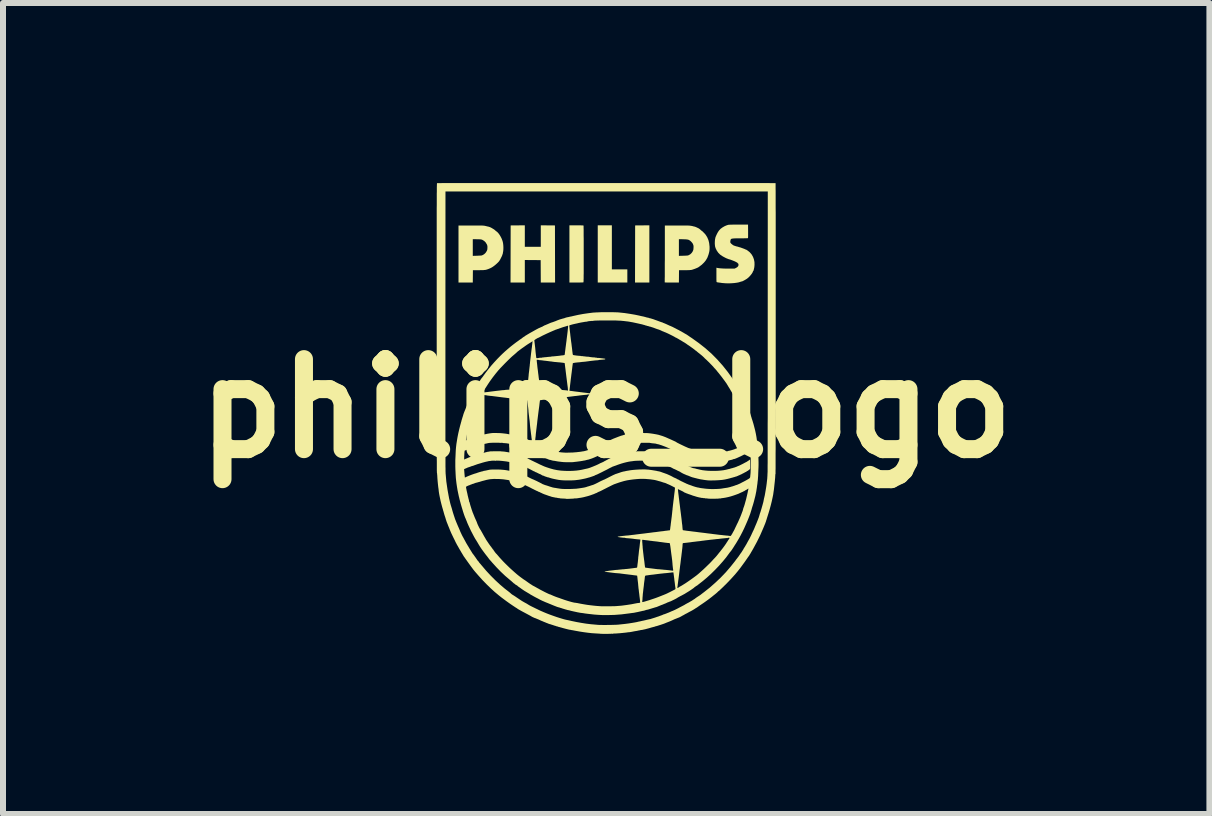
<source format=kicad_pcb>
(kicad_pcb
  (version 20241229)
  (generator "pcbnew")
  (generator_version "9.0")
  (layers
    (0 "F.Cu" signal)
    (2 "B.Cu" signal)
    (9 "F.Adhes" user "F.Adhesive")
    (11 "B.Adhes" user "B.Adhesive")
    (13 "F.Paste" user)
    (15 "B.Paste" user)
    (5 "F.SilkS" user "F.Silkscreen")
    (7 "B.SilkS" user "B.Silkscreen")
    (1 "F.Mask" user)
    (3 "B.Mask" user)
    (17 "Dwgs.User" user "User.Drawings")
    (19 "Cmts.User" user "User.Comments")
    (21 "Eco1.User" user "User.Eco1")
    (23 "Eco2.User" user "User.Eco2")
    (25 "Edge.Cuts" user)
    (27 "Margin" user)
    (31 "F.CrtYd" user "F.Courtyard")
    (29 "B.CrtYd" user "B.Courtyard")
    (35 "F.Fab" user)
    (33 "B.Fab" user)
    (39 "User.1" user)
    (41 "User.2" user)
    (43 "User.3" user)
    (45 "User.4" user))
  (footprint "philips_logo"
    (layer "F.Cu")
    (at 7.05 3.755)
    (property "Reference" "philips_logo" (at 0 0 0) (layer "F.SilkS") (effects (font (size 1.5 1.5) (thickness 0.3))))
    (attr board_only exclude_from_pos_files exclude_from_bom)
    (fp_poly (pts (xy 0.719 -2.574) (xy 0.719 -2.098) (xy 0.6 -2.098) (xy 0.48 -2.098) (xy 0.481 -2.573) (xy 0.482 -3.049) (xy 0.601 -3.05) (xy 0.719 -3.051)) (stroke (width 0) (type solid)) (fill yes) (layer "F.SilkS"))
    (fp_poly (pts (xy 0.094 -2.684) (xy 0.094 -2.317) (xy 0.223 -2.317) (xy 0.352 -2.317) (xy 0.352 -2.207) (xy 0.352 -2.098) (xy 0.105 -2.098) (xy -0.141 -2.098) (xy -0.141 -2.574) (xy -0.141 -3.051) (xy -0.023 -3.051) (xy 0.094 -3.051)) (stroke (width 0) (type solid)) (fill yes) (layer "F.SilkS"))
    (fp_poly (pts (xy -0.972 -3.05) (xy -0.854 -3.049) (xy -0.853 -2.573) (xy -0.852 -2.098) (xy -0.971 -2.098) (xy -1.09 -2.098) (xy -1.091 -2.284) (xy -1.092 -2.471) (xy -1.224 -2.472) (xy -1.356 -2.473) (xy -1.356 -2.285) (xy -1.356 -2.098) (xy -1.475 -2.098) (xy -1.594 -2.098) (xy -1.593 -2.573) (xy -1.592 -3.049) (xy -1.474 -3.05) (xy -1.356 -3.051) (xy -1.356 -2.872) (xy -1.356 -2.693) (xy -1.223 -2.693) (xy -1.09 -2.693) (xy -1.09 -2.872) (xy -1.09 -3.051)) (stroke (width 0) (type solid)) (fill yes) (layer "F.SilkS"))
    (fp_poly (pts (xy -0.463 -3.051) (xy -0.436 -3.051) (xy -0.416 -3.05) (xy -0.401 -3.05) (xy -0.39 -3.049) (xy -0.383 -3.048) (xy -0.379 -3.047) (xy -0.378 -3.045) (xy -0.377 -3.045) (xy -0.377 -3.04) (xy -0.377 -3.028) (xy -0.377 -3.009) (xy -0.376 -2.984) (xy -0.376 -2.953) (xy -0.376 -2.917) (xy -0.376 -2.876) (xy -0.375 -2.83) (xy -0.375 -2.78) (xy -0.375 -2.727) (xy -0.375 -2.671) (xy -0.375 -2.613) (xy -0.375 -2.571) (xy -0.375 -2.5) (xy -0.375 -2.437) (xy -0.375 -2.38) (xy -0.375 -2.331) (xy -0.375 -2.287) (xy -0.375 -2.25) (xy -0.376 -2.217) (xy -0.376 -2.19) (xy -0.376 -2.167) (xy -0.377 -2.148) (xy -0.377 -2.134) (xy -0.377 -2.122) (xy -0.378 -2.113) (xy -0.379 -2.107) (xy -0.379 -2.103) (xy -0.38 -2.101) (xy -0.381 -2.1) (xy -0.381 -2.1) (xy -0.387 -2.1) (xy -0.399 -2.099) (xy -0.417 -2.099) (xy -0.439 -2.098) (xy -0.465 -2.098) (xy -0.494 -2.098) (xy -0.5 -2.098) (xy -0.613 -2.098) (xy -0.613 -2.574) (xy -0.613 -3.051) (xy -0.497 -3.051)) (stroke (width 0) (type solid)) (fill yes) (layer "F.SilkS"))
    (fp_poly (pts (xy -2.123 -3.048) (xy -2.099 -3.047) (xy -2.079 -3.047) (xy -2.063 -3.047) (xy -2.05 -3.046) (xy -2.04 -3.045) (xy -2.031 -3.044) (xy -2.022 -3.043) (xy -2.015 -3.041) (xy -2.006 -3.039) (xy -2.002 -3.038) (xy -1.986 -3.034) (xy -1.974 -3.031) (xy -1.966 -3.03) (xy -1.964 -3.029) (xy -1.96 -3.028) (xy -1.956 -3.027) (xy -1.95 -3.025) (xy -1.938 -3.021) (xy -1.922 -3.014) (xy -1.904 -3.004) (xy -1.886 -2.993) (xy -1.868 -2.982) (xy -1.854 -2.971) (xy -1.851 -2.968) (xy -1.841 -2.959) (xy -1.834 -2.953) (xy -1.83 -2.95) (xy -1.83 -2.95) (xy -1.827 -2.949) (xy -1.821 -2.944) (xy -1.818 -2.942) (xy -1.797 -2.92) (xy -1.777 -2.893) (xy -1.758 -2.861) (xy -1.741 -2.827) (xy -1.728 -2.792) (xy -1.722 -2.77) (xy -1.717 -2.741) (xy -1.714 -2.708) (xy -1.713 -2.675) (xy -1.714 -2.642) (xy -1.717 -2.614) (xy -1.719 -2.608) (xy -1.721 -2.593) (xy -1.723 -2.582) (xy -1.724 -2.575) (xy -1.724 -2.575) (xy -1.726 -2.571) (xy -1.728 -2.57) (xy -1.729 -2.568) (xy -1.728 -2.566) (xy -1.729 -2.561) (xy -1.733 -2.551) (xy -1.739 -2.536) (xy -1.747 -2.52) (xy -1.756 -2.502) (xy -1.765 -2.484) (xy -1.774 -2.469) (xy -1.782 -2.457) (xy -1.784 -2.453) (xy -1.796 -2.44) (xy -1.813 -2.423) (xy -1.832 -2.405) (xy -1.853 -2.387) (xy -1.874 -2.371) (xy -1.882 -2.365) (xy -1.905 -2.35) (xy -1.932 -2.336) (xy -1.961 -2.324) (xy -1.989 -2.314) (xy -2.014 -2.308) (xy -2.027 -2.307) (xy -2.037 -2.306) (xy -2.044 -2.305) (xy -2.045 -2.305) (xy -2.049 -2.304) (xy -2.059 -2.304) (xy -2.075 -2.304) (xy -2.096 -2.304) (xy -2.12 -2.303) (xy -2.133 -2.303) (xy -2.221 -2.303) (xy -2.222 -2.2) (xy -2.223 -2.098) (xy -2.342 -2.098) (xy -2.461 -2.098) (xy -2.461 -2.572) (xy -2.461 -2.82) (xy -2.223 -2.82) (xy -2.223 -2.681) (xy -2.223 -2.542) (xy -2.155 -2.544) (xy -2.133 -2.545) (xy -2.112 -2.546) (xy -2.095 -2.547) (xy -2.083 -2.548) (xy -2.078 -2.548) (xy -2.054 -2.557) (xy -2.031 -2.572) (xy -2.01 -2.592) (xy -1.994 -2.617) (xy -1.99 -2.623) (xy -1.985 -2.636) (xy -1.981 -2.648) (xy -1.98 -2.661) (xy -1.979 -2.679) (xy -1.979 -2.68) (xy -1.979 -2.698) (xy -1.981 -2.711) (xy -1.984 -2.723) (xy -1.99 -2.736) (xy -1.992 -2.739) (xy -2.01 -2.768) (xy -2.034 -2.791) (xy -2.062 -2.808) (xy -2.07 -2.812) (xy -2.078 -2.814) (xy -2.087 -2.816) (xy -2.098 -2.817) (xy -2.112 -2.818) (xy -2.132 -2.819) (xy -2.153 -2.819) (xy -2.223 -2.82) (xy -2.461 -2.82) (xy -2.461 -3.047) (xy -2.277 -3.047) (xy -2.228 -3.048) (xy -2.187 -3.048) (xy -2.152 -3.048)) (stroke (width 0) (type solid)) (fill yes) (layer "F.SilkS"))
    (fp_poly (pts (xy 1.29 -3.048) (xy 1.321 -3.048) (xy 1.347 -3.047) (xy 1.368 -3.047) (xy 1.386 -3.046) (xy 1.401 -3.044) (xy 1.414 -3.043) (xy 1.426 -3.04) (xy 1.437 -3.038) (xy 1.438 -3.038) (xy 1.452 -3.034) (xy 1.464 -3.031) (xy 1.471 -3.03) (xy 1.481 -3.027) (xy 1.496 -3.021) (xy 1.512 -3.014) (xy 1.528 -3.006) (xy 1.541 -3) (xy 1.543 -2.998) (xy 1.554 -2.991) (xy 1.567 -2.98) (xy 1.574 -2.974) (xy 1.583 -2.965) (xy 1.59 -2.96) (xy 1.593 -2.959) (xy 1.596 -2.957) (xy 1.603 -2.951) (xy 1.613 -2.941) (xy 1.625 -2.929) (xy 1.637 -2.917) (xy 1.647 -2.905) (xy 1.656 -2.895) (xy 1.659 -2.891) (xy 1.684 -2.85) (xy 1.703 -2.805) (xy 1.715 -2.757) (xy 1.721 -2.704) (xy 1.722 -2.697) (xy 1.722 -2.666) (xy 1.721 -2.638) (xy 1.717 -2.612) (xy 1.71 -2.583) (xy 1.703 -2.559) (xy 1.685 -2.511) (xy 1.66 -2.468) (xy 1.629 -2.43) (xy 1.592 -2.394) (xy 1.577 -2.383) (xy 1.563 -2.372) (xy 1.551 -2.363) (xy 1.542 -2.357) (xy 1.54 -2.355) (xy 1.53 -2.349) (xy 1.515 -2.342) (xy 1.496 -2.334) (xy 1.476 -2.326) (xy 1.455 -2.319) (xy 1.435 -2.312) (xy 1.419 -2.308) (xy 1.407 -2.306) (xy 1.404 -2.307) (xy 1.396 -2.306) (xy 1.393 -2.305) (xy 1.388 -2.305) (xy 1.376 -2.304) (xy 1.359 -2.304) (xy 1.338 -2.303) (xy 1.313 -2.303) (xy 1.301 -2.303) (xy 1.213 -2.303) (xy 1.212 -2.2) (xy 1.211 -2.098) (xy 1.091 -2.098) (xy 1.058 -2.098) (xy 1.031 -2.098) (xy 1.01 -2.098) (xy 0.995 -2.099) (xy 0.985 -2.099) (xy 0.978 -2.1) (xy 0.975 -2.101) (xy 0.974 -2.103) (xy 0.974 -2.104) (xy 0.975 -2.109) (xy 0.975 -2.121) (xy 0.975 -2.139) (xy 0.975 -2.164) (xy 0.976 -2.196) (xy 0.976 -2.232) (xy 0.976 -2.273) (xy 0.976 -2.319) (xy 0.976 -2.369) (xy 0.976 -2.422) (xy 0.977 -2.478) (xy 0.977 -2.536) (xy 0.977 -2.579) (xy 0.977 -2.82) (xy 1.211 -2.82) (xy 1.211 -2.681) (xy 1.211 -2.542) (xy 1.284 -2.544) (xy 1.311 -2.545) (xy 1.331 -2.546) (xy 1.346 -2.547) (xy 1.357 -2.548) (xy 1.365 -2.55) (xy 1.373 -2.553) (xy 1.377 -2.555) (xy 1.401 -2.569) (xy 1.422 -2.589) (xy 1.438 -2.611) (xy 1.449 -2.636) (xy 1.452 -2.645) (xy 1.453 -2.656) (xy 1.454 -2.67) (xy 1.455 -2.685) (xy 1.455 -2.698) (xy 1.455 -2.709) (xy 1.454 -2.713) (xy 1.452 -2.718) (xy 1.45 -2.724) (xy 1.446 -2.738) (xy 1.436 -2.755) (xy 1.422 -2.772) (xy 1.406 -2.788) (xy 1.398 -2.794) (xy 1.387 -2.802) (xy 1.376 -2.808) (xy 1.363 -2.812) (xy 1.348 -2.815) (xy 1.328 -2.817) (xy 1.303 -2.818) (xy 1.28 -2.819) (xy 1.211 -2.82) (xy 0.977 -2.82) (xy 0.977 -3.047) (xy 1.161 -3.048) (xy 1.211 -3.048) (xy 1.254 -3.048)) (stroke (width 0) (type solid)) (fill yes) (layer "F.SilkS"))
    (fp_poly (pts (xy 2.364 -2.951) (xy 2.364 -2.915) (xy 2.364 -2.886) (xy 2.364 -2.863) (xy 2.363 -2.847) (xy 2.362 -2.838) (xy 2.361 -2.837) (xy 2.357 -2.836) (xy 2.345 -2.836) (xy 2.328 -2.835) (xy 2.305 -2.835) (xy 2.279 -2.834) (xy 2.25 -2.834) (xy 2.233 -2.834) (xy 2.194 -2.834) (xy 2.163 -2.834) (xy 2.138 -2.833) (xy 2.119 -2.832) (xy 2.104 -2.83) (xy 2.093 -2.828) (xy 2.086 -2.826) (xy 2.08 -2.822) (xy 2.076 -2.818) (xy 2.075 -2.816) (xy 2.072 -2.807) (xy 2.069 -2.795) (xy 2.068 -2.787) (xy 2.067 -2.774) (xy 2.068 -2.764) (xy 2.073 -2.756) (xy 2.076 -2.753) (xy 2.086 -2.742) (xy 2.099 -2.732) (xy 2.101 -2.73) (xy 2.11 -2.724) (xy 2.116 -2.72) (xy 2.117 -2.719) (xy 2.122 -2.716) (xy 2.132 -2.712) (xy 2.145 -2.708) (xy 2.159 -2.703) (xy 2.171 -2.7) (xy 2.18 -2.697) (xy 2.182 -2.697) (xy 2.189 -2.696) (xy 2.191 -2.695) (xy 2.195 -2.694) (xy 2.195 -2.694) (xy 2.201 -2.692) (xy 2.201 -2.692) (xy 2.207 -2.69) (xy 2.207 -2.69) (xy 2.212 -2.688) (xy 2.212 -2.688) (xy 2.216 -2.687) (xy 2.221 -2.686) (xy 2.229 -2.684) (xy 2.242 -2.68) (xy 2.258 -2.674) (xy 2.275 -2.668) (xy 2.291 -2.662) (xy 2.304 -2.657) (xy 2.31 -2.654) (xy 2.318 -2.65) (xy 2.323 -2.648) (xy 2.331 -2.646) (xy 2.343 -2.639) (xy 2.358 -2.629) (xy 2.373 -2.617) (xy 2.388 -2.605) (xy 2.395 -2.598) (xy 2.424 -2.564) (xy 2.446 -2.525) (xy 2.461 -2.484) (xy 2.47 -2.439) (xy 2.471 -2.393) (xy 2.469 -2.369) (xy 2.467 -2.35) (xy 2.463 -2.331) (xy 2.459 -2.314) (xy 2.455 -2.3) (xy 2.452 -2.291) (xy 2.449 -2.289) (xy 2.446 -2.286) (xy 2.444 -2.28) (xy 2.438 -2.265) (xy 2.427 -2.247) (xy 2.412 -2.227) (xy 2.394 -2.206) (xy 2.375 -2.186) (xy 2.355 -2.169) (xy 2.34 -2.158) (xy 2.33 -2.152) (xy 2.317 -2.144) (xy 2.303 -2.136) (xy 2.288 -2.128) (xy 2.276 -2.122) (xy 2.267 -2.118) (xy 2.264 -2.117) (xy 2.261 -2.117) (xy 2.257 -2.116) (xy 2.254 -2.115) (xy 2.247 -2.113) (xy 2.236 -2.11) (xy 2.231 -2.108) (xy 2.204 -2.1) (xy 2.17 -2.094) (xy 2.132 -2.089) (xy 2.09 -2.086) (xy 2.047 -2.084) (xy 2.002 -2.085) (xy 1.979 -2.086) (xy 1.956 -2.088) (xy 1.93 -2.09) (xy 1.905 -2.094) (xy 1.881 -2.097) (xy 1.86 -2.1) (xy 1.845 -2.103) (xy 1.843 -2.104) (xy 1.841 -2.105) (xy 1.839 -2.108) (xy 1.838 -2.112) (xy 1.837 -2.12) (xy 1.837 -2.132) (xy 1.836 -2.148) (xy 1.836 -2.169) (xy 1.836 -2.198) (xy 1.836 -2.225) (xy 1.836 -2.345) (xy 1.847 -2.342) (xy 1.87 -2.338) (xy 1.894 -2.335) (xy 1.922 -2.333) (xy 1.953 -2.331) (xy 1.99 -2.33) (xy 2.033 -2.33) (xy 2.139 -2.33) (xy 2.16 -2.34) (xy 2.182 -2.353) (xy 2.196 -2.367) (xy 2.203 -2.381) (xy 2.204 -2.393) (xy 2.203 -2.404) (xy 2.199 -2.414) (xy 2.194 -2.418) (xy 2.193 -2.418) (xy 2.188 -2.421) (xy 2.188 -2.424) (xy 2.184 -2.428) (xy 2.174 -2.434) (xy 2.159 -2.442) (xy 2.141 -2.451) (xy 2.119 -2.46) (xy 2.096 -2.469) (xy 2.072 -2.478) (xy 2.048 -2.485) (xy 2.037 -2.488) (xy 2.02 -2.495) (xy 1.997 -2.504) (xy 1.972 -2.517) (xy 1.946 -2.531) (xy 1.936 -2.537) (xy 1.898 -2.563) (xy 1.867 -2.594) (xy 1.842 -2.63) (xy 1.823 -2.669) (xy 1.814 -2.698) (xy 1.811 -2.722) (xy 1.809 -2.75) (xy 1.81 -2.78) (xy 1.812 -2.809) (xy 1.817 -2.836) (xy 1.82 -2.85) (xy 1.829 -2.873) (xy 1.841 -2.899) (xy 1.854 -2.925) (xy 1.868 -2.948) (xy 1.88 -2.965) (xy 1.906 -2.993) (xy 1.939 -3.017) (xy 1.976 -3.038) (xy 2.015 -3.054) (xy 2.017 -3.054) (xy 2.024 -3.056) (xy 2.031 -3.058) (xy 2.039 -3.06) (xy 2.048 -3.061) (xy 2.06 -3.061) (xy 2.075 -3.062) (xy 2.094 -3.062) (xy 2.119 -3.063) (xy 2.149 -3.063) (xy 2.185 -3.063) (xy 2.204 -3.063) (xy 2.363 -3.063)) (stroke (width 0) (type solid)) (fill yes) (layer "F.SilkS"))
    (fp_poly (pts (xy 0.279 -3.755) (xy 0.407 -3.755) (xy 0.534 -3.755) (xy 0.66 -3.755) (xy 0.785 -3.755) (xy 0.908 -3.755) (xy 1.03 -3.755) (xy 1.149 -3.755) (xy 1.267 -3.755) (xy 1.382 -3.755) (xy 1.494 -3.755) (xy 1.604 -3.755) (xy 1.71 -3.755) (xy 1.813 -3.755) (xy 1.913 -3.755) (xy 2.008 -3.755) (xy 2.1 -3.755) (xy 2.187 -3.755) (xy 2.27 -3.755) (xy 2.347 -3.755) (xy 2.42 -3.755) (xy 2.488 -3.755) (xy 2.55 -3.755) (xy 2.606 -3.755) (xy 2.656 -3.755) (xy 2.7 -3.755) (xy 2.738 -3.754) (xy 2.769 -3.754) (xy 2.793 -3.754) (xy 2.81 -3.754) (xy 2.819 -3.754) (xy 2.821 -3.754) (xy 2.822 -3.751) (xy 2.822 -3.739) (xy 2.822 -3.72) (xy 2.822 -3.695) (xy 2.822 -3.662) (xy 2.823 -3.623) (xy 2.823 -3.578) (xy 2.823 -3.526) (xy 2.823 -3.469) (xy 2.823 -3.406) (xy 2.823 -3.338) (xy 2.824 -3.265) (xy 2.824 -3.188) (xy 2.824 -3.106) (xy 2.824 -3.019) (xy 2.824 -2.929) (xy 2.824 -2.835) (xy 2.824 -2.737) (xy 2.824 -2.637) (xy 2.824 -2.533) (xy 2.824 -2.427) (xy 2.824 -2.318) (xy 2.824 -2.207) (xy 2.824 -2.094) (xy 2.824 -1.979) (xy 2.824 -1.863) (xy 2.824 -1.746) (xy 2.824 -1.628) (xy 2.824 -1.51) (xy 2.824 -1.391) (xy 2.824 -1.271) (xy 2.824 -1.152) (xy 2.824 -1.034) (xy 2.824 -0.916) (xy 2.824 -0.799) (xy 2.824 -0.683) (xy 2.824 -0.568) (xy 2.824 -0.455) (xy 2.824 -0.344) (xy 2.824 -0.235) (xy 2.824 -0.129) (xy 2.824 -0.025) (xy 2.824 0.076) (xy 2.823 0.173) (xy 2.823 0.267) (xy 2.823 0.358) (xy 2.823 0.444) (xy 2.823 0.526) (xy 2.823 0.604) (xy 2.823 0.677) (xy 2.822 0.745) (xy 2.822 0.808) (xy 2.822 0.865) (xy 2.822 0.916) (xy 2.822 0.962) (xy 2.822 1.001) (xy 2.821 1.034) (xy 2.821 1.059) (xy 2.821 1.078) (xy 2.821 1.09) (xy 2.82 1.094) (xy 2.82 1.094) (xy 2.818 1.097) (xy 2.817 1.106) (xy 2.817 1.112) (xy 2.816 1.129) (xy 2.815 1.153) (xy 2.812 1.182) (xy 2.809 1.215) (xy 2.805 1.25) (xy 2.801 1.287) (xy 2.797 1.324) (xy 2.793 1.359) (xy 2.788 1.391) (xy 2.784 1.42) (xy 2.781 1.44) (xy 2.77 1.493) (xy 2.757 1.552) (xy 2.741 1.616) (xy 2.723 1.682) (xy 2.703 1.749) (xy 2.683 1.812) (xy 2.678 1.828) (xy 2.674 1.841) (xy 2.671 1.85) (xy 2.671 1.853) (xy 2.668 1.861) (xy 2.667 1.862) (xy 2.665 1.869) (xy 2.663 1.876) (xy 2.662 1.881) (xy 2.659 1.889) (xy 2.655 1.899) (xy 2.65 1.914) (xy 2.642 1.933) (xy 2.632 1.958) (xy 2.619 1.989) (xy 2.61 2.01) (xy 2.565 2.113) (xy 2.514 2.217) (xy 2.46 2.317) (xy 2.448 2.339) (xy 2.437 2.358) (xy 2.427 2.376) (xy 2.418 2.39) (xy 2.412 2.401) (xy 2.411 2.403) (xy 2.403 2.417) (xy 2.394 2.431) (xy 2.386 2.444) (xy 2.38 2.455) (xy 2.376 2.461) (xy 2.375 2.461) (xy 2.372 2.465) (xy 2.365 2.474) (xy 2.357 2.486) (xy 2.353 2.492) (xy 2.31 2.554) (xy 2.27 2.609) (xy 2.232 2.661) (xy 2.194 2.709) (xy 2.156 2.755) (xy 2.116 2.8) (xy 2.074 2.846) (xy 2.029 2.893) (xy 1.99 2.933) (xy 1.965 2.957) (xy 1.943 2.979) (xy 1.922 2.999) (xy 1.904 3.016) (xy 1.89 3.029) (xy 1.88 3.039) (xy 1.875 3.043) (xy 1.874 3.043) (xy 1.868 3.046) (xy 1.863 3.051) (xy 1.857 3.058) (xy 1.845 3.069) (xy 1.829 3.083) (xy 1.808 3.1) (xy 1.784 3.119) (xy 1.757 3.141) (xy 1.728 3.163) (xy 1.721 3.169) (xy 1.694 3.189) (xy 1.665 3.21) (xy 1.634 3.232) (xy 1.599 3.256) (xy 1.559 3.283) (xy 1.529 3.304) (xy 1.518 3.312) (xy 1.509 3.318) (xy 1.505 3.321) (xy 1.499 3.324) (xy 1.497 3.324) (xy 1.492 3.327) (xy 1.492 3.328) (xy 1.488 3.331) (xy 1.477 3.338) (xy 1.461 3.348) (xy 1.441 3.36) (xy 1.416 3.374) (xy 1.387 3.389) (xy 1.356 3.406) (xy 1.348 3.411) (xy 1.325 3.422) (xy 1.304 3.434) (xy 1.285 3.445) (xy 1.269 3.453) (xy 1.261 3.458) (xy 1.245 3.467) (xy 1.226 3.477) (xy 1.212 3.483) (xy 1.197 3.489) (xy 1.184 3.494) (xy 1.176 3.497) (xy 1.168 3.501) (xy 1.164 3.502) (xy 1.159 3.504) (xy 1.149 3.508) (xy 1.136 3.513) (xy 1.123 3.519) (xy 1.11 3.525) (xy 1.1 3.53) (xy 1.096 3.532) (xy 1.091 3.534) (xy 1.081 3.538) (xy 1.066 3.545) (xy 1.048 3.552) (xy 1.028 3.56) (xy 1.007 3.568) (xy 0.988 3.576) (xy 0.971 3.583) (xy 0.957 3.588) (xy 0.949 3.591) (xy 0.947 3.592) (xy 0.942 3.593) (xy 0.931 3.597) (xy 0.916 3.602) (xy 0.898 3.608) (xy 0.894 3.609) (xy 0.875 3.615) (xy 0.857 3.621) (xy 0.844 3.625) (xy 0.836 3.627) (xy 0.835 3.627) (xy 0.828 3.628) (xy 0.825 3.629) (xy 0.821 3.631) (xy 0.82 3.631) (xy 0.814 3.633) (xy 0.814 3.633) (xy 0.808 3.633) (xy 0.805 3.636) (xy 0.805 3.637) (xy 0.803 3.64) (xy 0.801 3.639) (xy 0.796 3.639) (xy 0.786 3.641) (xy 0.772 3.645) (xy 0.771 3.645) (xy 0.749 3.651) (xy 0.726 3.658) (xy 0.701 3.665) (xy 0.678 3.671) (xy 0.656 3.677) (xy 0.638 3.681) (xy 0.625 3.684) (xy 0.619 3.685) (xy 0.609 3.687) (xy 0.602 3.689) (xy 0.596 3.691) (xy 0.595 3.69) (xy 0.59 3.69) (xy 0.579 3.692) (xy 0.568 3.694) (xy 0.556 3.697) (xy 0.537 3.7) (xy 0.516 3.705) (xy 0.494 3.709) (xy 0.49 3.709) (xy 0.468 3.713) (xy 0.447 3.717) (xy 0.429 3.721) (xy 0.416 3.723) (xy 0.414 3.723) (xy 0.401 3.726) (xy 0.391 3.727) (xy 0.387 3.728) (xy 0.381 3.728) (xy 0.369 3.729) (xy 0.353 3.731) (xy 0.34 3.733) (xy 0.315 3.736) (xy 0.287 3.739) (xy 0.257 3.742) (xy 0.226 3.745) (xy 0.197 3.747) (xy 0.172 3.749) (xy 0.151 3.75) (xy 0.138 3.75) (xy 0.123 3.751) (xy 0.111 3.753) (xy 0.106 3.755) (xy 0.102 3.758) (xy 0.102 3.755) (xy 0.099 3.752) (xy 0.097 3.753) (xy 0.092 3.753) (xy 0.08 3.754) (xy 0.064 3.755) (xy 0.044 3.755) (xy 0.021 3.756) (xy -0.003 3.756) (xy -0.027 3.756) (xy -0.049 3.756) (xy -0.069 3.755) (xy -0.085 3.755) (xy -0.096 3.754) (xy -0.1 3.754) (xy -0.104 3.753) (xy -0.114 3.752) (xy -0.128 3.751) (xy -0.132 3.751) (xy -0.183 3.748) (xy -0.242 3.744) (xy -0.305 3.737) (xy -0.372 3.728) (xy -0.443 3.717) (xy -0.515 3.704) (xy -0.531 3.701) (xy -0.551 3.697) (xy -0.568 3.694) (xy -0.582 3.692) (xy -0.59 3.69) (xy -0.59 3.69) (xy -0.598 3.688) (xy -0.602 3.688) (xy -0.606 3.687) (xy -0.612 3.687) (xy -0.624 3.684) (xy -0.641 3.68) (xy -0.661 3.675) (xy -0.684 3.669) (xy -0.707 3.663) (xy -0.729 3.657) (xy -0.742 3.653) (xy -0.761 3.648) (xy -0.778 3.643) (xy -0.79 3.64) (xy -0.797 3.639) (xy -0.798 3.639) (xy -0.801 3.638) (xy -0.801 3.637) (xy -0.804 3.634) (xy -0.807 3.634) (xy -0.812 3.635) (xy -0.813 3.633) (xy -0.816 3.631) (xy -0.82 3.632) (xy -0.827 3.632) (xy -0.828 3.629) (xy -0.829 3.626) (xy -0.83 3.626) (xy -0.835 3.626) (xy -0.845 3.623) (xy -0.86 3.619) (xy -0.878 3.613) (xy -0.883 3.611) (xy -0.902 3.605) (xy -0.918 3.6) (xy -0.929 3.596) (xy -0.935 3.594) (xy -0.936 3.594) (xy -0.939 3.594) (xy -0.943 3.593) (xy -0.945 3.592) (xy -0.951 3.59) (xy -0.963 3.586) (xy -0.979 3.579) (xy -0.998 3.572) (xy -1.019 3.563) (xy -1.04 3.555) (xy -1.06 3.546) (xy -1.078 3.539) (xy -1.092 3.533) (xy -1.1 3.529) (xy -1.126 3.517) (xy -1.146 3.509) (xy -1.16 3.503) (xy -1.169 3.5) (xy -1.173 3.499) (xy -1.174 3.499) (xy -1.176 3.499) (xy -1.176 3.497) (xy -1.179 3.494) (xy -1.183 3.493) (xy -1.189 3.492) (xy -1.2 3.488) (xy -1.213 3.482) (xy -1.226 3.476) (xy -1.238 3.47) (xy -1.245 3.466) (xy -1.246 3.465) (xy -1.251 3.462) (xy -1.256 3.459) (xy -1.276 3.448) (xy -1.302 3.434) (xy -1.33 3.419) (xy -1.358 3.404) (xy -1.394 3.385) (xy -1.423 3.369) (xy -1.446 3.356) (xy -1.464 3.346) (xy -1.476 3.339) (xy -1.482 3.334) (xy -1.484 3.331) (xy -1.487 3.328) (xy -1.489 3.328) (xy -1.495 3.326) (xy -1.497 3.324) (xy -1.503 3.32) (xy -1.513 3.314) (xy -1.526 3.305) (xy -1.528 3.304) (xy -1.558 3.284) (xy -1.592 3.261) (xy -1.629 3.235) (xy -1.668 3.207) (xy -1.707 3.178) (xy -1.746 3.149) (xy -1.781 3.121) (xy -1.791 3.113) (xy -1.857 3.058) (xy -1.924 2.997) (xy -1.993 2.93) (xy -2.063 2.858) (xy -2.132 2.781) (xy -2.186 2.719) (xy -2.199 2.703) (xy -2.216 2.682) (xy -2.236 2.655) (xy -2.259 2.624) (xy -2.285 2.588) (xy -2.313 2.549) (xy -2.342 2.508) (xy -2.353 2.493) (xy -2.362 2.479) (xy -2.37 2.469) (xy -2.373 2.464) (xy -2.378 2.458) (xy -2.379 2.455) (xy -2.381 2.451) (xy -2.386 2.442) (xy -2.392 2.433) (xy -2.4 2.419) (xy -2.412 2.4) (xy -2.425 2.377) (xy -2.44 2.352) (xy -2.456 2.324) (xy -2.471 2.297) (xy -2.486 2.272) (xy -2.487 2.27) (xy -2.495 2.254) (xy -2.506 2.234) (xy -2.518 2.209) (xy -2.531 2.182) (xy -2.545 2.154) (xy -2.558 2.127) (xy -2.57 2.102) (xy -2.58 2.081) (xy -2.587 2.065) (xy -2.588 2.063) (xy -2.604 2.025) (xy -2.618 1.989) (xy -2.632 1.956) (xy -2.643 1.927) (xy -2.653 1.903) (xy -2.66 1.884) (xy -2.665 1.87) (xy -2.666 1.864) (xy -2.668 1.859) (xy -2.672 1.848) (xy -2.676 1.833) (xy -2.679 1.823) (xy -2.685 1.805) (xy -2.691 1.787) (xy -2.696 1.772) (xy -2.697 1.768) (xy -2.7 1.757) (xy -2.705 1.741) (xy -2.71 1.721) (xy -2.717 1.699) (xy -2.72 1.687) (xy -2.734 1.639) (xy -2.747 1.59) (xy -2.759 1.542) (xy -2.769 1.495) (xy -2.778 1.452) (xy -2.785 1.413) (xy -2.79 1.379) (xy -2.791 1.369) (xy -2.792 1.357) (xy -2.794 1.34) (xy -2.797 1.32) (xy -2.799 1.305) (xy -2.804 1.259) (xy -2.809 1.208) (xy -2.813 1.156) (xy -2.815 1.116) (xy -2.817 1.098) (xy -2.818 1.082) (xy -2.82 1.072) (xy -2.821 1.068) (xy -2.821 1.064) (xy -2.821 1.052) (xy -2.822 1.033) (xy -2.822 1.007) (xy -2.822 0.974) (xy -2.822 0.934) (xy -2.822 0.888) (xy -2.823 0.835) (xy -2.823 0.776) (xy -2.823 0.711) (xy -2.823 0.641) (xy -2.823 0.565) (xy -2.823 0.484) (xy -2.823 0.397) (xy -2.823 0.306) (xy -2.824 0.21) (xy -2.824 0.11) (xy -2.824 0.005) (xy -2.824 -0.103) (xy -2.824 -0.216) (xy -2.824 -0.222) (xy -2.679 -0.222) (xy -2.679 -0.097) (xy -2.679 0.022) (xy -2.679 0.133) (xy -2.679 0.238) (xy -2.679 0.336) (xy -2.679 0.427) (xy -2.679 0.512) (xy -2.679 0.59) (xy -2.679 0.663) (xy -2.679 0.729) (xy -2.678 0.789) (xy -2.678 0.843) (xy -2.678 0.891) (xy -2.678 0.934) (xy -2.678 0.971) (xy -2.677 1.002) (xy -2.677 1.028) (xy -2.677 1.049) (xy -2.676 1.065) (xy -2.676 1.075) (xy -2.676 1.078) (xy -2.664 1.217) (xy -2.644 1.354) (xy -2.635 1.404) (xy -2.631 1.425) (xy -2.628 1.443) (xy -2.625 1.459) (xy -2.623 1.468) (xy -2.623 1.469) (xy -2.621 1.48) (xy -2.618 1.497) (xy -2.613 1.517) (xy -2.608 1.539) (xy -2.603 1.561) (xy -2.598 1.582) (xy -2.593 1.599) (xy -2.59 1.612) (xy -2.588 1.617) (xy -2.585 1.626) (xy -2.581 1.64) (xy -2.575 1.659) (xy -2.569 1.679) (xy -2.567 1.688) (xy -2.553 1.736) (xy -2.54 1.777) (xy -2.528 1.813) (xy -2.518 1.844) (xy -2.507 1.871) (xy -2.5 1.889) (xy -2.492 1.908) (xy -2.482 1.932) (xy -2.471 1.958) (xy -2.46 1.983) (xy -2.455 1.994) (xy -2.446 2.015) (xy -2.438 2.034) (xy -2.432 2.049) (xy -2.428 2.059) (xy -2.426 2.063) (xy -2.423 2.069) (xy -2.418 2.08) (xy -2.412 2.092) (xy -2.406 2.106) (xy -2.397 2.123) (xy -2.387 2.142) (xy -2.381 2.152) (xy -2.371 2.171) (xy -2.36 2.192) (xy -2.35 2.21) (xy -2.346 2.217) (xy -2.338 2.232) (xy -2.33 2.247) (xy -2.323 2.258) (xy -2.323 2.258) (xy -2.317 2.268) (xy -2.309 2.282) (xy -2.299 2.298) (xy -2.297 2.301) (xy -2.282 2.327) (xy -2.267 2.351) (xy -2.253 2.374) (xy -2.241 2.393) (xy -2.232 2.408) (xy -2.225 2.419) (xy -2.221 2.423) (xy -2.217 2.428) (xy -2.21 2.438) (xy -2.2 2.451) (xy -2.19 2.466) (xy -2.178 2.482) (xy -2.168 2.497) (xy -2.159 2.51) (xy -2.152 2.52) (xy -2.149 2.525) (xy -2.149 2.525) (xy -2.146 2.529) (xy -2.142 2.535) (xy -2.13 2.547) (xy -2.122 2.558) (xy -2.118 2.565) (xy -2.117 2.566) (xy -2.114 2.571) (xy -2.114 2.571) (xy -2.11 2.574) (xy -2.103 2.583) (xy -2.092 2.595) (xy -2.08 2.61) (xy -2.072 2.619) (xy -2.001 2.703) (xy -1.925 2.785) (xy -1.847 2.863) (xy -1.768 2.936) (xy -1.689 3.003) (xy -1.633 3.046) (xy -1.618 3.058) (xy -1.603 3.07) (xy -1.591 3.081) (xy -1.588 3.084) (xy -1.577 3.093) (xy -1.567 3.101) (xy -1.563 3.103) (xy -1.556 3.107) (xy -1.545 3.114) (xy -1.529 3.124) (xy -1.511 3.136) (xy -1.492 3.149) (xy -1.446 3.18) (xy -1.405 3.207) (xy -1.369 3.228) (xy -1.338 3.245) (xy -1.336 3.246) (xy -1.323 3.253) (xy -1.314 3.258) (xy -1.309 3.262) (xy -1.309 3.262) (xy -1.304 3.266) (xy -1.292 3.272) (xy -1.276 3.282) (xy -1.255 3.293) (xy -1.231 3.305) (xy -1.204 3.318) (xy -1.176 3.332) (xy -1.146 3.346) (xy -1.118 3.36) (xy -1.09 3.373) (xy -1.064 3.384) (xy -1.042 3.394) (xy -1.039 3.395) (xy -0.998 3.412) (xy -0.955 3.429) (xy -0.911 3.445) (xy -0.866 3.461) (xy -0.823 3.476) (xy -0.782 3.489) (xy -0.743 3.501) (xy -0.709 3.511) (xy -0.679 3.519) (xy -0.655 3.524) (xy -0.645 3.526) (xy -0.638 3.527) (xy -0.625 3.53) (xy -0.607 3.534) (xy -0.586 3.539) (xy -0.568 3.543) (xy -0.496 3.558) (xy -0.419 3.572) (xy -0.338 3.585) (xy -0.257 3.595) (xy -0.177 3.602) (xy -0.133 3.606) (xy -0.109 3.607) (xy -0.079 3.607) (xy -0.045 3.608) (xy -0.008 3.608) (xy 0.031 3.607) (xy 0.07 3.607) (xy 0.108 3.606) (xy 0.142 3.605) (xy 0.173 3.604) (xy 0.197 3.602) (xy 0.201 3.602) (xy 0.257 3.596) (xy 0.313 3.59) (xy 0.368 3.583) (xy 0.42 3.575) (xy 0.468 3.567) (xy 0.511 3.559) (xy 0.527 3.555) (xy 0.544 3.551) (xy 0.566 3.547) (xy 0.59 3.541) (xy 0.613 3.536) (xy 0.615 3.536) (xy 0.637 3.531) (xy 0.659 3.526) (xy 0.678 3.521) (xy 0.692 3.518) (xy 0.693 3.518) (xy 0.709 3.514) (xy 0.723 3.511) (xy 0.731 3.51) (xy 0.739 3.508) (xy 0.754 3.503) (xy 0.773 3.497) (xy 0.796 3.49) (xy 0.821 3.482) (xy 0.846 3.473) (xy 0.872 3.465) (xy 0.895 3.456) (xy 0.915 3.449) (xy 0.931 3.443) (xy 0.94 3.439) (xy 0.953 3.433) (xy 0.965 3.429) (xy 0.97 3.428) (xy 0.977 3.426) (xy 0.989 3.421) (xy 1.005 3.415) (xy 1.024 3.407) (xy 1.043 3.4) (xy 1.061 3.392) (xy 1.077 3.385) (xy 1.088 3.38) (xy 1.092 3.378) (xy 1.099 3.375) (xy 1.102 3.374) (xy 1.107 3.373) (xy 1.117 3.368) (xy 1.133 3.361) (xy 1.152 3.352) (xy 1.174 3.341) (xy 1.198 3.329) (xy 1.222 3.316) (xy 1.247 3.303) (xy 1.27 3.291) (xy 1.291 3.28) (xy 1.309 3.27) (xy 1.318 3.264) (xy 1.336 3.254) (xy 1.352 3.245) (xy 1.364 3.239) (xy 1.371 3.235) (xy 1.372 3.235) (xy 1.376 3.233) (xy 1.386 3.227) (xy 1.399 3.219) (xy 1.415 3.21) (xy 1.432 3.2) (xy 1.448 3.189) (xy 1.462 3.18) (xy 1.474 3.173) (xy 1.48 3.168) (xy 1.481 3.167) (xy 1.486 3.163) (xy 1.496 3.156) (xy 1.51 3.146) (xy 1.527 3.135) (xy 1.533 3.131) (xy 1.55 3.12) (xy 1.565 3.11) (xy 1.576 3.102) (xy 1.583 3.097) (xy 1.583 3.096) (xy 1.588 3.092) (xy 1.598 3.085) (xy 1.611 3.074) (xy 1.627 3.063) (xy 1.629 3.061) (xy 1.724 2.986) (xy 1.817 2.904) (xy 1.907 2.819) (xy 1.993 2.729) (xy 2.072 2.637) (xy 2.146 2.544) (xy 2.151 2.537) (xy 2.163 2.52) (xy 2.175 2.505) (xy 2.184 2.494) (xy 2.189 2.486) (xy 2.191 2.485) (xy 2.195 2.479) (xy 2.203 2.469) (xy 2.212 2.456) (xy 2.216 2.45) (xy 2.225 2.437) (xy 2.232 2.426) (xy 2.237 2.419) (xy 2.238 2.418) (xy 2.241 2.414) (xy 2.247 2.406) (xy 2.255 2.394) (xy 2.264 2.38) (xy 2.272 2.367) (xy 2.28 2.356) (xy 2.284 2.348) (xy 2.285 2.346) (xy 2.287 2.342) (xy 2.292 2.333) (xy 2.298 2.323) (xy 2.309 2.307) (xy 2.321 2.286) (xy 2.335 2.263) (xy 2.349 2.237) (xy 2.363 2.211) (xy 2.378 2.185) (xy 2.391 2.161) (xy 2.402 2.139) (xy 2.411 2.121) (xy 2.417 2.108) (xy 2.42 2.102) (xy 2.423 2.095) (xy 2.428 2.083) (xy 2.436 2.067) (xy 2.444 2.048) (xy 2.448 2.042) (xy 2.458 2.02) (xy 2.469 1.995) (xy 2.48 1.968) (xy 2.492 1.94) (xy 2.504 1.912) (xy 2.515 1.884) (xy 2.526 1.857) (xy 2.535 1.833) (xy 2.543 1.812) (xy 2.548 1.795) (xy 2.552 1.784) (xy 2.553 1.778) (xy 2.552 1.777) (xy 2.552 1.775) (xy 2.555 1.772) (xy 2.558 1.767) (xy 2.557 1.766) (xy 2.557 1.763) (xy 2.559 1.755) (xy 2.561 1.751) (xy 2.566 1.737) (xy 2.573 1.716) (xy 2.58 1.692) (xy 2.588 1.666) (xy 2.596 1.638) (xy 2.604 1.61) (xy 2.611 1.584) (xy 2.617 1.562) (xy 2.621 1.544) (xy 2.623 1.533) (xy 2.625 1.522) (xy 2.628 1.506) (xy 2.632 1.489) (xy 2.633 1.486) (xy 2.642 1.447) (xy 2.65 1.402) (xy 2.658 1.355) (xy 2.666 1.306) (xy 2.673 1.257) (xy 2.678 1.211) (xy 2.683 1.168) (xy 2.685 1.131) (xy 2.686 1.125) (xy 2.686 1.11) (xy 2.687 1.091) (xy 2.688 1.069) (xy 2.689 1.055) (xy 2.689 1.048) (xy 2.689 1.034) (xy 2.689 1.013) (xy 2.689 0.984) (xy 2.689 0.949) (xy 2.69 0.906) (xy 2.69 0.858) (xy 2.69 0.803) (xy 2.69 0.741) (xy 2.69 0.675) (xy 2.69 0.602) (xy 2.69 0.524) (xy 2.69 0.441) (xy 2.69 0.353) (xy 2.69 0.26) (xy 2.691 0.163) (xy 2.691 0.062) (xy 2.691 -0.044) (xy 2.691 -0.153) (xy 2.691 -0.266) (xy 2.691 -0.383) (xy 2.691 -0.502) (xy 2.691 -0.625) (xy 2.691 -0.75) (xy 2.691 -0.878) (xy 2.691 -1.008) (xy 2.691 -1.14) (xy 2.691 -1.275) (xy 2.691 -1.303) (xy 2.692 -3.615) (xy 0.007 -3.615) (xy -2.678 -3.615) (xy -2.679 -1.303) (xy -2.679 -1.126) (xy -2.679 -0.956) (xy -2.679 -0.795) (xy -2.679 -0.641) (xy -2.679 -0.494) (xy -2.679 -0.354) (xy -2.679 -0.222) (xy -2.824 -0.222) (xy -2.824 -0.332) (xy -2.824 -0.451) (xy -2.824 -0.574) (xy -2.824 -0.699) (xy -2.824 -0.827) (xy -2.824 -0.958) (xy -2.824 -1.091) (xy -2.824 -1.227) (xy -2.824 -1.344) (xy -2.824 -1.508) (xy -2.824 -1.665) (xy -2.824 -1.815) (xy -2.824 -1.957) (xy -2.824 -2.092) (xy -2.824 -2.22) (xy -2.824 -2.341) (xy -2.824 -2.456) (xy -2.824 -2.564) (xy -2.824 -2.666) (xy -2.824 -2.763) (xy -2.824 -2.853) (xy -2.824 -2.938) (xy -2.824 -3.017) (xy -2.824 -3.091) (xy -2.824 -3.16) (xy -2.824 -3.224) (xy -2.824 -3.283) (xy -2.824 -3.338) (xy -2.823 -3.388) (xy -2.823 -3.434) (xy -2.823 -3.477) (xy -2.823 -3.515) (xy -2.823 -3.549) (xy -2.823 -3.581) (xy -2.822 -3.608) (xy -2.822 -3.633) (xy -2.822 -3.655) (xy -2.822 -3.674) (xy -2.822 -3.691) (xy -2.821 -3.705) (xy -2.821 -3.717) (xy -2.821 -3.727) (xy -2.82 -3.735) (xy -2.82 -3.741) (xy -2.82 -3.746) (xy -2.819 -3.749) (xy -2.819 -3.752) (xy -2.818 -3.753) (xy -2.818 -3.754) (xy -2.818 -3.754) (xy -2.813 -3.754) (xy -2.801 -3.754) (xy -2.782 -3.754) (xy -2.756 -3.754) (xy -2.723 -3.755) (xy -2.683 -3.755) (xy -2.637 -3.755) (xy -2.585 -3.755) (xy -2.527 -3.755) (xy -2.463 -3.755) (xy -2.394 -3.755) (xy -2.319 -3.755) (xy -2.24 -3.755) (xy -2.156 -3.755) (xy -2.067 -3.755) (xy -1.974 -3.755) (xy -1.877 -3.755) (xy -1.777 -3.755) (xy -1.673 -3.755) (xy -1.565 -3.755) (xy -1.455 -3.755) (xy -1.341 -3.755) (xy -1.226 -3.755) (xy -1.107 -3.755) (xy -0.987 -3.755) (xy -0.865 -3.755) (xy -0.741 -3.755) (xy -0.616 -3.755) (xy -0.49 -3.755) (xy -0.362 -3.755) (xy -0.234 -3.755) (xy -0.106 -3.755) (xy 0.023 -3.755) (xy 0.151 -3.755)) (stroke (width 0) (type solid)) (fill yes) (layer "F.SilkS"))
    (fp_poly (pts (xy 0.081 -1.604) (xy 0.121 -1.603) (xy 0.158 -1.602) (xy 0.19 -1.601) (xy 0.216 -1.599) (xy 0.223 -1.598) (xy 0.309 -1.589) (xy 0.395 -1.576) (xy 0.477 -1.562) (xy 0.549 -1.547) (xy 0.569 -1.542) (xy 0.587 -1.538) (xy 0.602 -1.535) (xy 0.612 -1.533) (xy 0.612 -1.533) (xy 0.622 -1.531) (xy 0.629 -1.529) (xy 0.629 -1.529) (xy 0.636 -1.527) (xy 0.645 -1.525) (xy 0.646 -1.525) (xy 0.655 -1.523) (xy 0.659 -1.52) (xy 0.66 -1.52) (xy 0.663 -1.517) (xy 0.664 -1.518) (xy 0.669 -1.518) (xy 0.679 -1.516) (xy 0.686 -1.514) (xy 0.697 -1.511) (xy 0.705 -1.51) (xy 0.707 -1.51) (xy 0.711 -1.509) (xy 0.713 -1.508) (xy 0.72 -1.504) (xy 0.731 -1.502) (xy 0.731 -1.502) (xy 0.742 -1.5) (xy 0.76 -1.494) (xy 0.784 -1.487) (xy 0.813 -1.476) (xy 0.847 -1.464) (xy 0.871 -1.455) (xy 0.89 -1.448) (xy 0.906 -1.442) (xy 0.918 -1.438) (xy 0.925 -1.436) (xy 0.926 -1.436) (xy 0.932 -1.434) (xy 0.934 -1.434) (xy 0.939 -1.433) (xy 0.941 -1.431) (xy 0.941 -1.429) (xy 0.943 -1.426) (xy 0.944 -1.427) (xy 0.948 -1.426) (xy 0.958 -1.423) (xy 0.972 -1.417) (xy 0.989 -1.41) (xy 1.007 -1.402) (xy 1.024 -1.394) (xy 1.035 -1.389) (xy 1.046 -1.384) (xy 1.053 -1.38) (xy 1.056 -1.379) (xy 1.061 -1.378) (xy 1.072 -1.373) (xy 1.088 -1.366) (xy 1.108 -1.357) (xy 1.131 -1.345) (xy 1.155 -1.333) (xy 1.181 -1.319) (xy 1.207 -1.306) (xy 1.232 -1.292) (xy 1.255 -1.28) (xy 1.268 -1.272) (xy 1.286 -1.262) (xy 1.304 -1.251) (xy 1.32 -1.242) (xy 1.33 -1.236) (xy 1.331 -1.236) (xy 1.343 -1.229) (xy 1.352 -1.223) (xy 1.355 -1.221) (xy 1.36 -1.217) (xy 1.371 -1.21) (xy 1.385 -1.2) (xy 1.404 -1.187) (xy 1.424 -1.174) (xy 1.43 -1.17) (xy 1.543 -1.089) (xy 1.651 -1.004) (xy 1.754 -0.913) (xy 1.85 -0.816) (xy 1.941 -0.714) (xy 2.026 -0.607) (xy 2.106 -0.495) (xy 2.113 -0.484) (xy 2.124 -0.468) (xy 2.133 -0.454) (xy 2.141 -0.444) (xy 2.145 -0.439) (xy 2.145 -0.438) (xy 2.148 -0.434) (xy 2.149 -0.43) (xy 2.151 -0.423) (xy 2.154 -0.421) (xy 2.158 -0.416) (xy 2.165 -0.406) (xy 2.175 -0.39) (xy 2.187 -0.37) (xy 2.2 -0.347) (xy 2.215 -0.321) (xy 2.23 -0.293) (xy 2.246 -0.264) (xy 2.261 -0.235) (xy 2.276 -0.208) (xy 2.289 -0.181) (xy 2.3 -0.158) (xy 2.31 -0.138) (xy 2.317 -0.122) (xy 2.317 -0.121) (xy 2.324 -0.103) (xy 2.333 -0.084) (xy 2.339 -0.07) (xy 2.35 -0.045) (xy 2.362 -0.016) (xy 2.375 0.017) (xy 2.387 0.051) (xy 2.399 0.083) (xy 2.408 0.111) (xy 2.411 0.121) (xy 2.413 0.129) (xy 2.418 0.143) (xy 2.423 0.162) (xy 2.43 0.183) (xy 2.436 0.201) (xy 2.453 0.257) (xy 2.468 0.314) (xy 2.482 0.369) (xy 2.493 0.421) (xy 2.502 0.47) (xy 2.506 0.496) (xy 2.509 0.519) (xy 2.513 0.545) (xy 2.516 0.569) (xy 2.517 0.576) (xy 2.521 0.6) (xy 2.524 0.624) (xy 2.526 0.65) (xy 2.528 0.681) (xy 2.529 0.691) (xy 2.532 0.739) (xy 2.535 0.782) (xy 2.536 0.822) (xy 2.537 0.861) (xy 2.538 0.899) (xy 2.538 0.937) (xy 2.537 0.978) (xy 2.535 1.022) (xy 2.533 1.071) (xy 2.531 1.126) (xy 2.529 1.149) (xy 2.528 1.167) (xy 2.526 1.192) (xy 2.522 1.221) (xy 2.519 1.253) (xy 2.514 1.286) (xy 2.51 1.319) (xy 2.505 1.35) (xy 2.501 1.377) (xy 2.5 1.383) (xy 2.493 1.417) (xy 2.485 1.457) (xy 2.474 1.499) (xy 2.463 1.543) (xy 2.451 1.586) (xy 2.443 1.613) (xy 2.435 1.637) (xy 2.427 1.663) (xy 2.42 1.689) (xy 2.416 1.701) (xy 2.4 1.753) (xy 2.379 1.809) (xy 2.355 1.869) (xy 2.328 1.931) (xy 2.3 1.994) (xy 2.27 2.056) (xy 2.239 2.116) (xy 2.208 2.172) (xy 2.177 2.224) (xy 2.165 2.244) (xy 2.155 2.26) (xy 2.144 2.276) (xy 2.136 2.289) (xy 2.135 2.291) (xy 2.116 2.321) (xy 2.1 2.345) (xy 2.088 2.363) (xy 2.079 2.375) (xy 2.074 2.382) (xy 2.073 2.382) (xy 2.068 2.388) (xy 2.06 2.398) (xy 2.05 2.411) (xy 2.048 2.414) (xy 1.998 2.482) (xy 1.941 2.551) (xy 1.879 2.621) (xy 1.814 2.689) (xy 1.746 2.756) (xy 1.677 2.819) (xy 1.608 2.877) (xy 1.549 2.923) (xy 1.535 2.934) (xy 1.524 2.942) (xy 1.517 2.949) (xy 1.515 2.951) (xy 1.512 2.953) (xy 1.512 2.952) (xy 1.509 2.953) (xy 1.502 2.957) (xy 1.492 2.964) (xy 1.481 2.972) (xy 1.47 2.98) (xy 1.462 2.987) (xy 1.462 2.988) (xy 1.454 2.994) (xy 1.44 3.004) (xy 1.421 3.017) (xy 1.399 3.032) (xy 1.374 3.048) (xy 1.364 3.054) (xy 1.345 3.066) (xy 1.328 3.076) (xy 1.313 3.086) (xy 1.297 3.095) (xy 1.278 3.105) (xy 1.256 3.117) (xy 1.234 3.128) (xy 1.218 3.137) (xy 1.203 3.145) (xy 1.193 3.151) (xy 1.188 3.154) (xy 1.179 3.16) (xy 1.165 3.168) (xy 1.148 3.177) (xy 1.128 3.187) (xy 1.107 3.197) (xy 1.087 3.207) (xy 1.069 3.215) (xy 1.054 3.22) (xy 1.044 3.224) (xy 1.042 3.224) (xy 1.036 3.226) (xy 1.035 3.228) (xy 1.034 3.23) (xy 1.033 3.23) (xy 1.028 3.23) (xy 1.02 3.233) (xy 1.016 3.235) (xy 1.008 3.239) (xy 0.994 3.246) (xy 0.976 3.253) (xy 0.954 3.262) (xy 0.938 3.269) (xy 0.915 3.277) (xy 0.894 3.286) (xy 0.876 3.293) (xy 0.863 3.299) (xy 0.857 3.301) (xy 0.845 3.306) (xy 0.834 3.31) (xy 0.831 3.31) (xy 0.824 3.312) (xy 0.822 3.313) (xy 0.819 3.314) (xy 0.816 3.315) (xy 0.81 3.316) (xy 0.799 3.32) (xy 0.782 3.325) (xy 0.762 3.331) (xy 0.746 3.336) (xy 0.725 3.342) (xy 0.707 3.348) (xy 0.692 3.352) (xy 0.683 3.354) (xy 0.68 3.354) (xy 0.676 3.354) (xy 0.673 3.356) (xy 0.669 3.359) (xy 0.668 3.358) (xy 0.666 3.357) (xy 0.662 3.359) (xy 0.656 3.362) (xy 0.653 3.362) (xy 0.648 3.362) (xy 0.646 3.364) (xy 0.641 3.366) (xy 0.638 3.366) (xy 0.634 3.366) (xy 0.633 3.368) (xy 0.631 3.37) (xy 0.63 3.37) (xy 0.625 3.37) (xy 0.614 3.371) (xy 0.6 3.375) (xy 0.597 3.375) (xy 0.582 3.379) (xy 0.563 3.383) (xy 0.541 3.388) (xy 0.519 3.393) (xy 0.497 3.397) (xy 0.479 3.401) (xy 0.464 3.404) (xy 0.457 3.405) (xy 0.449 3.406) (xy 0.445 3.407) (xy 0.441 3.407) (xy 0.436 3.407) (xy 0.425 3.409) (xy 0.409 3.411) (xy 0.389 3.414) (xy 0.373 3.416) (xy 0.255 3.431) (xy 0.135 3.44) (xy 0.015 3.443) (xy -0.049 3.443) (xy -0.095 3.441) (xy -0.146 3.438) (xy -0.199 3.434) (xy -0.253 3.428) (xy -0.305 3.422) (xy -0.353 3.416) (xy -0.376 3.412) (xy -0.391 3.41) (xy -0.404 3.408) (xy -0.412 3.407) (xy -0.413 3.407) (xy -0.418 3.407) (xy -0.423 3.406) (xy -0.432 3.405) (xy -0.433 3.404) (xy -0.442 3.403) (xy -0.456 3.4) (xy -0.475 3.397) (xy -0.497 3.392) (xy -0.52 3.387) (xy -0.543 3.382) (xy -0.565 3.377) (xy -0.583 3.373) (xy -0.597 3.369) (xy -0.605 3.367) (xy -0.605 3.367) (xy -0.616 3.364) (xy -0.629 3.361) (xy -0.631 3.361) (xy -0.642 3.359) (xy -0.649 3.357) (xy -0.65 3.357) (xy -0.657 3.354) (xy -0.664 3.353) (xy -0.671 3.351) (xy -0.684 3.347) (xy -0.701 3.342) (xy -0.72 3.336) (xy -0.728 3.334) (xy -0.747 3.327) (xy -0.765 3.322) (xy -0.779 3.317) (xy -0.787 3.315) (xy -0.789 3.315) (xy -0.794 3.313) (xy -0.795 3.313) (xy -0.798 3.312) (xy -0.803 3.311) (xy -0.809 3.309) (xy -0.818 3.306) (xy -0.831 3.301) (xy -0.849 3.294) (xy -0.872 3.285) (xy -0.901 3.273) (xy -0.937 3.258) (xy -0.938 3.258) (xy -0.971 3.244) (xy -0.999 3.233) (xy -1.021 3.224) (xy -1.038 3.216) (xy -1.053 3.21) (xy -1.064 3.205) (xy -1.075 3.2) (xy -1.084 3.195) (xy -1.094 3.19) (xy -1.096 3.19) (xy -1.116 3.179) (xy -1.138 3.167) (xy -1.162 3.155) (xy -1.185 3.143) (xy -1.207 3.131) (xy -1.226 3.12) (xy -1.242 3.111) (xy -1.254 3.105) (xy -1.26 3.101) (xy -1.26 3.101) (xy -1.265 3.098) (xy -1.275 3.091) (xy -1.288 3.083) (xy -1.299 3.077) (xy -1.332 3.057) (xy -1.359 3.041) (xy -1.38 3.027) (xy -1.395 3.017) (xy -1.403 3.011) (xy -1.405 3.01) (xy -1.411 3.005) (xy -1.413 3.004) (xy -1.418 3.002) (xy -1.419 3.001) (xy -1.422 2.998) (xy -1.431 2.991) (xy -1.443 2.983) (xy -1.448 2.979) (xy -1.462 2.97) (xy -1.473 2.961) (xy -1.479 2.956) (xy -1.48 2.954) (xy -1.484 2.95) (xy -1.486 2.949) (xy -1.491 2.947) (xy -1.499 2.942) (xy -1.51 2.936) (xy -1.519 2.929) (xy -1.524 2.924) (xy -1.525 2.923) (xy -1.53 2.919) (xy -1.532 2.918) (xy -1.537 2.916) (xy -1.545 2.909) (xy -1.547 2.907) (xy -1.554 2.9) (xy -1.566 2.89) (xy -1.58 2.877) (xy -1.597 2.863) (xy -1.604 2.857) (xy -1.684 2.789) (xy -1.757 2.72) (xy -1.827 2.648) (xy -1.895 2.573) (xy -1.899 2.569) (xy -1.913 2.552) (xy -1.926 2.538) (xy -1.936 2.526) (xy -1.943 2.518) (xy -1.944 2.517) (xy -1.951 2.51) (xy -1.953 2.506) (xy -1.953 2.506) (xy -1.956 2.502) (xy -1.962 2.494) (xy -1.971 2.482) (xy -1.976 2.475) (xy -2.01 2.432) (xy -2.043 2.388) (xy -2.075 2.344) (xy -2.103 2.302) (xy -2.127 2.263) (xy -2.131 2.256) (xy -2.142 2.237) (xy -2.154 2.217) (xy -2.165 2.199) (xy -2.171 2.19) (xy -2.184 2.169) (xy -2.2 2.141) (xy -2.217 2.109) (xy -2.235 2.074) (xy -2.254 2.038) (xy -2.271 2.001) (xy -2.288 1.965) (xy -2.303 1.932) (xy -2.316 1.902) (xy -2.322 1.885) (xy -2.33 1.866) (xy -2.338 1.846) (xy -2.345 1.829) (xy -2.348 1.824) (xy -2.355 1.806) (xy -2.364 1.782) (xy -2.374 1.753) (xy -2.385 1.719) (xy -2.396 1.682) (xy -2.408 1.643) (xy -2.42 1.602) (xy -2.431 1.561) (xy -2.442 1.52) (xy -2.451 1.481) (xy -2.455 1.467) (xy -2.466 1.415) (xy -2.477 1.362) (xy -2.486 1.308) (xy -2.336 1.308) (xy -2.335 1.316) (xy -2.333 1.33) (xy -2.329 1.349) (xy -2.325 1.371) (xy -2.319 1.396) (xy -2.313 1.422) (xy -2.308 1.448) (xy -2.302 1.472) (xy -2.299 1.484) (xy -2.294 1.505) (xy -2.289 1.523) (xy -2.286 1.537) (xy -2.285 1.546) (xy -2.285 1.548) (xy -2.283 1.554) (xy -2.282 1.555) (xy -2.279 1.558) (xy -2.276 1.567) (xy -2.276 1.569) (xy -2.273 1.579) (xy -2.269 1.594) (xy -2.264 1.613) (xy -2.257 1.635) (xy -2.25 1.657) (xy -2.243 1.68) (xy -2.236 1.7) (xy -2.23 1.717) (xy -2.226 1.729) (xy -2.225 1.733) (xy -2.221 1.741) (xy -2.215 1.755) (xy -2.209 1.771) (xy -2.203 1.785) (xy -2.195 1.806) (xy -2.185 1.829) (xy -2.176 1.849) (xy -2.172 1.858) (xy -2.164 1.875) (xy -2.157 1.892) (xy -2.152 1.906) (xy -2.151 1.909) (xy -2.145 1.925) (xy -2.137 1.943) (xy -2.127 1.964) (xy -2.118 1.983) (xy -2.109 1.999) (xy -2.102 2.011) (xy -2.101 2.013) (xy -2.095 2.021) (xy -2.087 2.034) (xy -2.078 2.051) (xy -2.067 2.07) (xy -2.063 2.077) (xy -2.052 2.097) (xy -2.041 2.117) (xy -2.031 2.135) (xy -2.023 2.148) (xy -2.022 2.15) (xy -2.015 2.162) (xy -2.01 2.17) (xy -2.008 2.174) (xy -2.006 2.179) (xy -2 2.188) (xy -1.991 2.202) (xy -1.98 2.218) (xy -1.968 2.236) (xy -1.956 2.254) (xy -1.944 2.271) (xy -1.933 2.286) (xy -1.925 2.297) (xy -1.919 2.303) (xy -1.918 2.304) (xy -1.915 2.309) (xy -1.914 2.311) (xy -1.911 2.317) (xy -1.908 2.319) (xy -1.903 2.324) (xy -1.902 2.327) (xy -1.899 2.333) (xy -1.897 2.335) (xy -1.891 2.34) (xy -1.891 2.342) (xy -1.888 2.349) (xy -1.885 2.35) (xy -1.88 2.354) (xy -1.879 2.356) (xy -1.877 2.361) (xy -1.871 2.37) (xy -1.863 2.381) (xy -1.854 2.394) (xy -1.845 2.405) (xy -1.838 2.414) (xy -1.833 2.419) (xy -1.833 2.419) (xy -1.83 2.422) (xy -1.822 2.43) (xy -1.811 2.443) (xy -1.798 2.458) (xy -1.784 2.475) (xy -1.754 2.508) (xy -1.721 2.544) (xy -1.684 2.582) (xy -1.645 2.62) (xy -1.606 2.658) (xy -1.565 2.695) (xy -1.526 2.73) (xy -1.488 2.763) (xy -1.452 2.792) (xy -1.419 2.817) (xy -1.391 2.837) (xy -1.391 2.838) (xy -1.379 2.846) (xy -1.362 2.857) (xy -1.344 2.869) (xy -1.33 2.879) (xy -1.295 2.904) (xy -1.266 2.924) (xy -1.242 2.939) (xy -1.224 2.951) (xy -1.211 2.958) (xy -1.202 2.962) (xy -1.188 2.97) (xy -1.17 2.98) (xy -1.149 2.992) (xy -1.126 3.004) (xy -1.123 3.006) (xy -1.102 3.018) (xy -1.079 3.03) (xy -1.054 3.043) (xy -1.029 3.056) (xy -1.005 3.068) (xy -0.984 3.078) (xy -0.965 3.087) (xy -0.95 3.094) (xy -0.94 3.097) (xy -0.938 3.098) (xy -0.933 3.099) (xy -0.923 3.103) (xy -0.91 3.109) (xy -0.91 3.109) (xy -0.894 3.116) (xy -0.876 3.124) (xy -0.858 3.131) (xy -0.841 3.138) (xy -0.827 3.143) (xy -0.818 3.146) (xy -0.816 3.147) (xy -0.811 3.148) (xy -0.811 3.149) (xy -0.807 3.15) (xy -0.805 3.151) (xy -0.799 3.153) (xy -0.788 3.156) (xy -0.772 3.162) (xy -0.753 3.169) (xy -0.744 3.172) (xy -0.693 3.19) (xy -0.646 3.205) (xy -0.605 3.217) (xy -0.569 3.227) (xy -0.539 3.234) (xy -0.522 3.237) (xy -0.511 3.238) (xy -0.502 3.239) (xy -0.493 3.241) (xy -0.483 3.242) (xy -0.47 3.245) (xy -0.453 3.248) (xy -0.43 3.253) (xy -0.424 3.254) (xy -0.373 3.263) (xy -0.319 3.272) (xy -0.265 3.279) (xy -0.213 3.285) (xy -0.174 3.289) (xy -0.153 3.291) (xy -0.133 3.292) (xy -0.117 3.294) (xy -0.107 3.294) (xy -0.105 3.295) (xy -0.093 3.295) (xy -0.073 3.296) (xy -0.049 3.296) (xy -0.021 3.296) (xy 0.01 3.296) (xy 0.041 3.296) (xy 0.073 3.296) (xy 0.103 3.295) (xy 0.13 3.295) (xy 0.152 3.294) (xy 0.168 3.293) (xy 0.255 3.286) (xy 0.338 3.275) (xy 0.422 3.262) (xy 0.462 3.254) (xy 0.482 3.25) (xy 0.5 3.247) (xy 0.513 3.244) (xy 0.521 3.243) (xy 0.523 3.243) (xy 0.527 3.243) (xy 0.532 3.242) (xy 0.542 3.241) (xy 0.544 3.24) (xy 0.555 3.239) (xy 0.562 3.237) (xy 0.563 3.236) (xy 0.564 3.236) (xy 0.565 3.234) (xy 0.566 3.232) (xy 0.566 3.228) (xy 0.565 3.223) (xy 0.599 3.223) (xy 0.6 3.226) (xy 0.603 3.226) (xy 0.611 3.225) (xy 0.624 3.222) (xy 0.643 3.217) (xy 0.643 3.217) (xy 0.666 3.21) (xy 0.692 3.202) (xy 0.719 3.194) (xy 0.742 3.186) (xy 0.784 3.172) (xy 0.825 3.158) (xy 0.865 3.143) (xy 0.901 3.129) (xy 0.931 3.117) (xy 0.938 3.114) (xy 0.954 3.108) (xy 0.969 3.102) (xy 0.98 3.097) (xy 0.984 3.096) (xy 0.99 3.093) (xy 1.002 3.088) (xy 1.019 3.08) (xy 1.039 3.07) (xy 1.062 3.059) (xy 1.075 3.052) (xy 1.101 3.039) (xy 1.12 3.029) (xy 1.135 3.022) (xy 1.144 3.016) (xy 1.15 3.012) (xy 1.154 3.008) (xy 1.155 3.005) (xy 1.154 3.001) (xy 1.154 3.001) (xy 1.153 2.995) (xy 1.153 2.989) (xy 1.185 2.989) (xy 1.187 2.992) (xy 1.193 2.99) (xy 1.2 2.986) (xy 1.209 2.981) (xy 1.215 2.977) (xy 1.215 2.977) (xy 1.219 2.973) (xy 1.228 2.968) (xy 1.241 2.961) (xy 1.247 2.958) (xy 1.267 2.946) (xy 1.291 2.931) (xy 1.32 2.913) (xy 1.351 2.892) (xy 1.383 2.87) (xy 1.417 2.846) (xy 1.449 2.823) (xy 1.479 2.801) (xy 1.507 2.78) (xy 1.53 2.761) (xy 1.543 2.75) (xy 1.58 2.717) (xy 1.618 2.683) (xy 1.655 2.648) (xy 1.69 2.614) (xy 1.723 2.582) (xy 1.751 2.553) (xy 1.76 2.543) (xy 1.776 2.526) (xy 1.793 2.507) (xy 1.81 2.49) (xy 1.817 2.482) (xy 1.83 2.468) (xy 1.845 2.45) (xy 1.862 2.429) (xy 1.88 2.406) (xy 1.9 2.382) (xy 1.919 2.357) (xy 1.938 2.333) (xy 1.956 2.309) (xy 1.972 2.287) (xy 1.986 2.267) (xy 1.997 2.251) (xy 2.005 2.239) (xy 2.009 2.231) (xy 2.009 2.23) (xy 2.01 2.227) (xy 2.012 2.227) (xy 2.015 2.224) (xy 2.016 2.221) (xy 2.018 2.216) (xy 2.02 2.215) (xy 2.023 2.212) (xy 2.024 2.211) (xy 2.026 2.206) (xy 2.031 2.197) (xy 2.037 2.189) (xy 2.047 2.174) (xy 2.053 2.164) (xy 2.055 2.158) (xy 2.053 2.155) (xy 2.046 2.154) (xy 2.041 2.154) (xy 2.03 2.155) (xy 2.024 2.157) (xy 2.024 2.158) (xy 2.02 2.16) (xy 2.012 2.16) (xy 2.011 2.16) (xy 2.002 2.16) (xy 1.996 2.16) (xy 1.996 2.16) (xy 1.991 2.161) (xy 1.982 2.162) (xy 1.979 2.162) (xy 1.961 2.164) (xy 1.938 2.166) (xy 1.911 2.169) (xy 1.887 2.172) (xy 1.873 2.174) (xy 1.861 2.175) (xy 1.856 2.175) (xy 1.848 2.176) (xy 1.835 2.177) (xy 1.819 2.179) (xy 1.803 2.181) (xy 1.793 2.182) (xy 1.782 2.183) (xy 1.766 2.185) (xy 1.755 2.186) (xy 1.744 2.187) (xy 1.727 2.189) (xy 1.705 2.192) (xy 1.679 2.195) (xy 1.652 2.198) (xy 1.624 2.202) (xy 1.597 2.205) (xy 1.572 2.209) (xy 1.562 2.21) (xy 1.548 2.212) (xy 1.536 2.213) (xy 1.526 2.214) (xy 1.508 2.216) (xy 1.486 2.219) (xy 1.461 2.222) (xy 1.434 2.225) (xy 1.421 2.227) (xy 1.394 2.231) (xy 1.367 2.234) (xy 1.343 2.237) (xy 1.323 2.239) (xy 1.309 2.241) (xy 1.305 2.241) (xy 1.291 2.242) (xy 1.281 2.244) (xy 1.277 2.246) (xy 1.275 2.25) (xy 1.273 2.261) (xy 1.272 2.275) (xy 1.272 2.277) (xy 1.271 2.295) (xy 1.269 2.313) (xy 1.268 2.326) (xy 1.267 2.334) (xy 1.265 2.348) (xy 1.263 2.368) (xy 1.26 2.394) (xy 1.256 2.425) (xy 1.252 2.46) (xy 1.247 2.498) (xy 1.242 2.538) (xy 1.237 2.581) (xy 1.231 2.624) (xy 1.226 2.668) (xy 1.22 2.712) (xy 1.215 2.755) (xy 1.21 2.796) (xy 1.205 2.835) (xy 1.2 2.871) (xy 1.196 2.903) (xy 1.192 2.931) (xy 1.19 2.953) (xy 1.187 2.97) (xy 1.186 2.979) (xy 1.186 2.982) (xy 1.185 2.989) (xy 1.153 2.989) (xy 1.152 2.982) (xy 1.149 2.963) (xy 1.146 2.939) (xy 1.143 2.912) (xy 1.139 2.882) (xy 1.136 2.862) (xy 1.133 2.831) (xy 1.129 2.802) (xy 1.126 2.778) (xy 1.123 2.757) (xy 1.121 2.742) (xy 1.119 2.733) (xy 1.119 2.731) (xy 1.115 2.731) (xy 1.104 2.732) (xy 1.089 2.733) (xy 1.07 2.736) (xy 1.064 2.736) (xy 1.042 2.739) (xy 1.021 2.741) (xy 1.004 2.743) (xy 0.992 2.744) (xy 0.99 2.744) (xy 0.984 2.745) (xy 0.977 2.745) (xy 0.97 2.746) (xy 0.96 2.747) (xy 0.948 2.748) (xy 0.933 2.75) (xy 0.912 2.752) (xy 0.887 2.755) (xy 0.855 2.759) (xy 0.83 2.762) (xy 0.785 2.768) (xy 0.747 2.772) (xy 0.716 2.776) (xy 0.691 2.78) (xy 0.672 2.782) (xy 0.661 2.784) (xy 0.651 2.787) (xy 0.647 2.794) (xy 0.645 2.802) (xy 0.643 2.816) (xy 0.641 2.836) (xy 0.638 2.86) (xy 0.634 2.888) (xy 0.63 2.918) (xy 0.627 2.95) (xy 0.623 2.982) (xy 0.619 3.013) (xy 0.616 3.042) (xy 0.613 3.069) (xy 0.61 3.091) (xy 0.609 3.109) (xy 0.608 3.12) (xy 0.608 3.121) (xy 0.605 3.155) (xy 0.604 3.182) (xy 0.602 3.201) (xy 0.601 3.215) (xy 0.6 3.222) (xy 0.599 3.223) (xy 0.565 3.223) (xy 0.565 3.222) (xy 0.564 3.212) (xy 0.563 3.198) (xy 0.561 3.18) (xy 0.558 3.156) (xy 0.554 3.126) (xy 0.55 3.089) (xy 0.549 3.082) (xy 0.545 3.052) (xy 0.542 3.023) (xy 0.538 2.996) (xy 0.536 2.973) (xy 0.534 2.954) (xy 0.533 2.943) (xy 0.532 2.928) (xy 0.53 2.908) (xy 0.527 2.884) (xy 0.524 2.859) (xy 0.523 2.85) (xy 0.521 2.829) (xy 0.519 2.811) (xy 0.517 2.797) (xy 0.516 2.789) (xy 0.516 2.787) (xy 0.512 2.785) (xy 0.503 2.784) (xy 0.49 2.782) (xy 0.475 2.78) (xy 0.473 2.78) (xy 0.464 2.779) (xy 0.449 2.777) (xy 0.429 2.774) (xy 0.404 2.771) (xy 0.377 2.768) (xy 0.348 2.764) (xy 0.348 2.764) (xy 0.311 2.76) (xy 0.281 2.756) (xy 0.256 2.753) (xy 0.236 2.75) (xy 0.22 2.748) (xy 0.205 2.747) (xy 0.193 2.746) (xy 0.18 2.745) (xy 0.17 2.744) (xy 0.154 2.743) (xy 0.134 2.741) (xy 0.112 2.738) (xy 0.1 2.737) (xy 0.08 2.734) (xy 0.061 2.732) (xy 0.046 2.73) (xy 0.039 2.729) (xy 0.015 2.726) (xy -0.003 2.724) (xy -0.015 2.723) (xy -0.022 2.721) (xy -0.026 2.719) (xy -0.026 2.718) (xy -0.026 2.717) (xy -0.022 2.716) (xy -0.011 2.714) (xy 0.005 2.711) (xy 0.025 2.708) (xy 0.048 2.704) (xy 0.074 2.701) (xy 0.1 2.698) (xy 0.125 2.695) (xy 0.149 2.692) (xy 0.17 2.69) (xy 0.187 2.689) (xy 0.205 2.687) (xy 0.213 2.686) (xy 0.247 2.683) (xy 0.274 2.68) (xy 0.294 2.679) (xy 0.305 2.678) (xy 0.314 2.677) (xy 0.32 2.676) (xy 0.32 2.676) (xy 0.326 2.675) (xy 0.328 2.675) (xy 0.334 2.675) (xy 0.346 2.674) (xy 0.363 2.672) (xy 0.383 2.67) (xy 0.405 2.667) (xy 0.429 2.664) (xy 0.452 2.661) (xy 0.473 2.658) (xy 0.491 2.656) (xy 0.504 2.654) (xy 0.512 2.652) (xy 0.514 2.652) (xy 0.515 2.647) (xy 0.517 2.637) (xy 0.519 2.621) (xy 0.521 2.602) (xy 0.524 2.58) (xy 0.527 2.558) (xy 0.529 2.536) (xy 0.531 2.516) (xy 0.533 2.5) (xy 0.533 2.49) (xy 0.534 2.48) (xy 0.536 2.463) (xy 0.539 2.441) (xy 0.542 2.414) (xy 0.545 2.383) (xy 0.549 2.351) (xy 0.553 2.325) (xy 0.557 2.293) (xy 0.56 2.263) (xy 0.563 2.237) (xy 0.566 2.215) (xy 0.567 2.201) (xy 0.599 2.201) (xy 0.6 2.216) (xy 0.601 2.233) (xy 0.603 2.252) (xy 0.603 2.258) (xy 0.604 2.268) (xy 0.605 2.283) (xy 0.607 2.301) (xy 0.607 2.311) (xy 0.608 2.325) (xy 0.61 2.346) (xy 0.613 2.371) (xy 0.616 2.4) (xy 0.62 2.431) (xy 0.623 2.459) (xy 0.627 2.49) (xy 0.631 2.521) (xy 0.635 2.549) (xy 0.638 2.575) (xy 0.64 2.595) (xy 0.642 2.608) (xy 0.644 2.625) (xy 0.646 2.639) (xy 0.648 2.648) (xy 0.649 2.651) (xy 0.654 2.652) (xy 0.664 2.654) (xy 0.681 2.656) (xy 0.701 2.659) (xy 0.724 2.662) (xy 0.749 2.665) (xy 0.774 2.668) (xy 0.798 2.671) (xy 0.82 2.674) (xy 0.839 2.676) (xy 0.853 2.678) (xy 0.855 2.678) (xy 0.887 2.68) (xy 0.916 2.683) (xy 0.941 2.685) (xy 0.947 2.686) (xy 0.959 2.687) (xy 0.977 2.689) (xy 0.997 2.69) (xy 1.013 2.692) (xy 1.033 2.694) (xy 1.052 2.696) (xy 1.067 2.698) (xy 1.075 2.699) (xy 1.089 2.701) (xy 1.103 2.703) (xy 1.105 2.703) (xy 1.113 2.703) (xy 1.116 2.699) (xy 1.116 2.691) (xy 1.116 2.691) (xy 1.112 2.668) (xy 1.109 2.641) (xy 1.106 2.613) (xy 1.104 2.588) (xy 1.104 2.584) (xy 1.102 2.563) (xy 1.1 2.54) (xy 1.098 2.522) (xy 1.096 2.51) (xy 1.094 2.491) (xy 1.091 2.468) (xy 1.087 2.44) (xy 1.083 2.41) (xy 1.079 2.379) (xy 1.078 2.37) (xy 1.073 2.331) (xy 1.069 2.3) (xy 1.065 2.276) (xy 1.062 2.259) (xy 1.06 2.249) (xy 1.058 2.246) (xy 1.051 2.243) (xy 1.04 2.242) (xy 1.039 2.242) (xy 1.035 2.242) (xy 1.03 2.242) (xy 1.026 2.241) (xy 1.019 2.241) (xy 1.01 2.239) (xy 0.998 2.238) (xy 0.981 2.236) (xy 0.959 2.233) (xy 0.93 2.229) (xy 0.916 2.227) (xy 0.889 2.224) (xy 0.864 2.22) (xy 0.842 2.217) (xy 0.823 2.215) (xy 0.811 2.214) (xy 0.808 2.213) (xy 0.795 2.212) (xy 0.777 2.21) (xy 0.757 2.207) (xy 0.744 2.206) (xy 0.703 2.2) (xy 0.669 2.196) (xy 0.642 2.193) (xy 0.623 2.19) (xy 0.609 2.189) (xy 0.602 2.188) (xy 0.601 2.188) (xy 0.6 2.191) (xy 0.599 2.201) (xy 0.567 2.201) (xy 0.568 2.199) (xy 0.569 2.188) (xy 0.569 2.185) (xy 0.565 2.184) (xy 0.555 2.183) (xy 0.545 2.182) (xy 0.52 2.18) (xy 0.5 2.178) (xy 0.483 2.176) (xy 0.464 2.174) (xy 0.454 2.172) (xy 0.44 2.17) (xy 0.427 2.169) (xy 0.413 2.167) (xy 0.398 2.166) (xy 0.378 2.164) (xy 0.352 2.162) (xy 0.346 2.162) (xy 0.331 2.16) (xy 0.319 2.158) (xy 0.313 2.156) (xy 0.312 2.155) (xy 0.307 2.153) (xy 0.306 2.154) (xy 0.3 2.155) (xy 0.289 2.154) (xy 0.274 2.153) (xy 0.257 2.151) (xy 0.238 2.149) (xy 0.221 2.146) (xy 0.206 2.144) (xy 0.195 2.141) (xy 0.189 2.139) (xy 0.189 2.139) (xy 0.193 2.137) (xy 0.203 2.134) (xy 0.219 2.132) (xy 0.237 2.129) (xy 0.241 2.128) (xy 0.261 2.126) (xy 0.279 2.124) (xy 0.296 2.122) (xy 0.315 2.12) (xy 0.337 2.118) (xy 0.364 2.116) (xy 0.367 2.115) (xy 0.372 2.115) (xy 0.376 2.115) (xy 0.382 2.114) (xy 0.389 2.113) (xy 0.397 2.112) (xy 0.408 2.111) (xy 0.421 2.109) (xy 0.438 2.107) (xy 0.458 2.105) (xy 0.482 2.102) (xy 0.511 2.098) (xy 0.545 2.094) (xy 0.585 2.089) (xy 0.63 2.084) (xy 0.682 2.077) (xy 0.741 2.07) (xy 0.785 2.064) (xy 0.831 2.059) (xy 0.874 2.053) (xy 0.914 2.048) (xy 0.951 2.044) (xy 0.983 2.039) (xy 1.011 2.036) (xy 1.033 2.033) (xy 1.05 2.031) (xy 1.059 2.03) (xy 1.062 2.029) (xy 1.063 2.025) (xy 1.064 2.014) (xy 1.067 1.998) (xy 1.069 1.976) (xy 1.073 1.951) (xy 1.076 1.922) (xy 1.08 1.892) (xy 1.084 1.861) (xy 1.088 1.829) (xy 1.092 1.799) (xy 1.095 1.77) (xy 1.098 1.744) (xy 1.1 1.722) (xy 1.102 1.705) (xy 1.103 1.693) (xy 1.104 1.692) (xy 1.105 1.68) (xy 1.106 1.663) (xy 1.109 1.639) (xy 1.112 1.611) (xy 1.116 1.579) (xy 1.12 1.544) (xy 1.125 1.508) (xy 1.127 1.49) (xy 1.131 1.455) (xy 1.135 1.422) (xy 1.139 1.392) (xy 1.142 1.367) (xy 1.143 1.356) (xy 1.195 1.356) (xy 1.196 1.361) (xy 1.197 1.374) (xy 1.199 1.393) (xy 1.202 1.419) (xy 1.206 1.449) (xy 1.21 1.484) (xy 1.215 1.523) (xy 1.22 1.565) (xy 1.226 1.61) (xy 1.232 1.658) (xy 1.232 1.661) (xy 1.238 1.708) (xy 1.244 1.753) (xy 1.249 1.795) (xy 1.254 1.834) (xy 1.258 1.869) (xy 1.261 1.899) (xy 1.264 1.924) (xy 1.267 1.943) (xy 1.268 1.955) (xy 1.269 1.961) (xy 1.269 1.961) (xy 1.269 1.974) (xy 1.271 1.989) (xy 1.272 2.004) (xy 1.274 2.017) (xy 1.276 2.026) (xy 1.277 2.028) (xy 1.278 2.028) (xy 1.282 2.029) (xy 1.288 2.03) (xy 1.298 2.032) (xy 1.311 2.033) (xy 1.328 2.036) (xy 1.35 2.039) (xy 1.376 2.042) (xy 1.409 2.046) (xy 1.446 2.051) (xy 1.491 2.056) (xy 1.542 2.063) (xy 1.6 2.07) (xy 1.608 2.071) (xy 1.626 2.073) (xy 1.65 2.076) (xy 1.679 2.08) (xy 1.712 2.084) (xy 1.747 2.088) (xy 1.783 2.093) (xy 1.809 2.096) (xy 1.841 2.1) (xy 1.872 2.104) (xy 1.899 2.107) (xy 1.922 2.109) (xy 1.94 2.111) (xy 1.952 2.113) (xy 1.957 2.113) (xy 1.957 2.113) (xy 1.964 2.113) (xy 1.965 2.113) (xy 1.971 2.115) (xy 1.985 2.116) (xy 2.006 2.118) (xy 2.022 2.119) (xy 2.036 2.121) (xy 2.048 2.122) (xy 2.054 2.123) (xy 2.054 2.123) (xy 2.059 2.125) (xy 2.067 2.125) (xy 2.071 2.125) (xy 2.075 2.122) (xy 2.08 2.117) (xy 2.086 2.108) (xy 2.095 2.094) (xy 2.106 2.075) (xy 2.107 2.072) (xy 2.118 2.052) (xy 2.129 2.033) (xy 2.137 2.017) (xy 2.143 2.004) (xy 2.144 2.001) (xy 2.149 1.991) (xy 2.156 1.976) (xy 2.165 1.958) (xy 2.175 1.936) (xy 2.183 1.92) (xy 2.195 1.896) (xy 2.207 1.869) (xy 2.218 1.844) (xy 2.228 1.822) (xy 2.232 1.813) (xy 2.246 1.778) (xy 2.257 1.749) (xy 2.265 1.727) (xy 2.272 1.71) (xy 2.276 1.697) (xy 2.278 1.69) (xy 2.279 1.687) (xy 2.281 1.679) (xy 2.281 1.677) (xy 2.281 1.674) (xy 2.283 1.67) (xy 2.286 1.66) (xy 2.291 1.646) (xy 2.295 1.636) (xy 2.306 1.602) (xy 2.317 1.562) (xy 2.33 1.516) (xy 2.342 1.465) (xy 2.352 1.422) (xy 2.357 1.399) (xy 2.361 1.378) (xy 2.365 1.36) (xy 2.368 1.347) (xy 2.369 1.341) (xy 2.37 1.337) (xy 2.368 1.336) (xy 2.362 1.338) (xy 2.352 1.345) (xy 2.347 1.348) (xy 2.335 1.356) (xy 2.323 1.362) (xy 2.316 1.365) (xy 2.316 1.365) (xy 2.31 1.369) (xy 2.309 1.372) (xy 2.306 1.374) (xy 2.305 1.373) (xy 2.301 1.374) (xy 2.301 1.375) (xy 2.299 1.378) (xy 2.297 1.377) (xy 2.293 1.377) (xy 2.293 1.379) (xy 2.291 1.382) (xy 2.289 1.381) (xy 2.286 1.381) (xy 2.285 1.383) (xy 2.283 1.385) (xy 2.281 1.385) (xy 2.278 1.385) (xy 2.277 1.387) (xy 2.275 1.39) (xy 2.275 1.39) (xy 2.27 1.391) (xy 2.26 1.395) (xy 2.247 1.401) (xy 2.238 1.405) (xy 2.202 1.422) (xy 2.161 1.437) (xy 2.118 1.452) (xy 2.073 1.466) (xy 2.03 1.477) (xy 1.988 1.486) (xy 1.951 1.492) (xy 1.932 1.494) (xy 1.922 1.495) (xy 1.915 1.498) (xy 1.908 1.499) (xy 1.897 1.5) (xy 1.896 1.5) (xy 1.886 1.5) (xy 1.879 1.5) (xy 1.879 1.5) (xy 1.872 1.502) (xy 1.859 1.503) (xy 1.841 1.503) (xy 1.82 1.504) (xy 1.797 1.504) (xy 1.773 1.504) (xy 1.75 1.504) (xy 1.728 1.504) (xy 1.709 1.503) (xy 1.695 1.502) (xy 1.686 1.501) (xy 1.684 1.5) (xy 1.68 1.498) (xy 1.672 1.499) (xy 1.668 1.499) (xy 1.657 1.499) (xy 1.649 1.498) (xy 1.648 1.497) (xy 1.641 1.495) (xy 1.63 1.494) (xy 1.628 1.494) (xy 1.618 1.494) (xy 1.612 1.492) (xy 1.611 1.492) (xy 1.606 1.49) (xy 1.605 1.491) (xy 1.599 1.491) (xy 1.586 1.49) (xy 1.569 1.486) (xy 1.547 1.482) (xy 1.523 1.476) (xy 1.498 1.469) (xy 1.473 1.461) (xy 1.448 1.454) (xy 1.429 1.447) (xy 1.411 1.44) (xy 1.395 1.435) (xy 1.382 1.43) (xy 1.375 1.428) (xy 1.375 1.428) (xy 1.368 1.426) (xy 1.357 1.421) (xy 1.342 1.416) (xy 1.337 1.414) (xy 1.323 1.408) (xy 1.312 1.403) (xy 1.306 1.401) (xy 1.305 1.401) (xy 1.301 1.399) (xy 1.296 1.395) (xy 1.29 1.391) (xy 1.278 1.384) (xy 1.263 1.376) (xy 1.245 1.368) (xy 1.242 1.366) (xy 1.195 1.344) (xy 1.195 1.356) (xy 1.143 1.356) (xy 1.144 1.346) (xy 1.145 1.33) (xy 1.146 1.322) (xy 1.145 1.32) (xy 1.14 1.316) (xy 1.129 1.311) (xy 1.115 1.303) (xy 1.097 1.294) (xy 1.079 1.285) (xy 1.061 1.276) (xy 1.045 1.269) (xy 1.032 1.263) (xy 1.025 1.26) (xy 1.024 1.26) (xy 1.016 1.257) (xy 1.012 1.255) (xy 1.007 1.252) (xy 0.998 1.248) (xy 0.986 1.243) (xy 0.973 1.239) (xy 0.964 1.237) (xy 0.961 1.236) (xy 0.954 1.234) (xy 0.943 1.231) (xy 0.94 1.229) (xy 0.93 1.226) (xy 0.915 1.221) (xy 0.895 1.215) (xy 0.872 1.209) (xy 0.848 1.202) (xy 0.825 1.196) (xy 0.807 1.192) (xy 0.79 1.189) (xy 0.768 1.186) (xy 0.741 1.182) (xy 0.712 1.179) (xy 0.683 1.177) (xy 0.654 1.174) (xy 0.643 1.174) (xy 0.6 1.173) (xy 0.551 1.174) (xy 0.5 1.178) (xy 0.447 1.183) (xy 0.396 1.19) (xy 0.347 1.198) (xy 0.304 1.208) (xy 0.299 1.209) (xy 0.282 1.214) (xy 0.261 1.22) (xy 0.238 1.227) (xy 0.215 1.234) (xy 0.193 1.242) (xy 0.175 1.248) (xy 0.161 1.253) (xy 0.158 1.254) (xy 0.148 1.258) (xy 0.141 1.26) (xy 0.133 1.263) (xy 0.119 1.269) (xy 0.1 1.278) (xy 0.076 1.29) (xy 0.048 1.304) (xy 0.018 1.319) (xy -0.015 1.336) (xy -0.043 1.35) (xy -0.064 1.361) (xy -0.082 1.37) (xy -0.098 1.378) (xy -0.109 1.383) (xy -0.114 1.385) (xy -0.121 1.387) (xy -0.131 1.392) (xy -0.143 1.398) (xy -0.152 1.403) (xy -0.156 1.406) (xy -0.162 1.408) (xy -0.162 1.409) (xy -0.167 1.41) (xy -0.178 1.414) (xy -0.189 1.419) (xy -0.202 1.425) (xy -0.212 1.429) (xy -0.218 1.431) (xy -0.227 1.434) (xy -0.235 1.437) (xy -0.257 1.445) (xy -0.284 1.454) (xy -0.315 1.463) (xy -0.347 1.471) (xy -0.378 1.479) (xy -0.407 1.485) (xy -0.431 1.489) (xy -0.436 1.49) (xy -0.448 1.491) (xy -0.464 1.494) (xy -0.477 1.496) (xy -0.492 1.498) (xy -0.506 1.499) (xy -0.514 1.499) (xy -0.524 1.498) (xy -0.529 1.499) (xy -0.529 1.499) (xy -0.534 1.501) (xy -0.545 1.502) (xy -0.559 1.503) (xy -0.562 1.503) (xy -0.581 1.504) (xy -0.603 1.505) (xy -0.624 1.506) (xy -0.626 1.506) (xy -0.642 1.507) (xy -0.656 1.507) (xy -0.665 1.506) (xy -0.667 1.506) (xy -0.674 1.504) (xy -0.686 1.503) (xy -0.702 1.502) (xy -0.705 1.502) (xy -0.72 1.501) (xy -0.732 1.501) (xy -0.74 1.5) (xy -0.74 1.5) (xy -0.747 1.5) (xy -0.757 1.499) (xy -0.759 1.499) (xy -0.768 1.499) (xy -0.773 1.497) (xy -0.773 1.497) (xy -0.777 1.495) (xy -0.785 1.494) (xy -0.787 1.494) (xy -0.796 1.494) (xy -0.801 1.492) (xy -0.801 1.492) (xy -0.804 1.49) (xy -0.81 1.491) (xy -0.818 1.491) (xy -0.822 1.489) (xy -0.827 1.486) (xy -0.83 1.487) (xy -0.836 1.487) (xy -0.847 1.485) (xy -0.862 1.482) (xy -0.871 1.48) (xy -0.887 1.477) (xy -0.9 1.474) (xy -0.909 1.472) (xy -0.911 1.471) (xy -0.919 1.469) (xy -0.92 1.468) (xy -0.927 1.465) (xy -0.934 1.464) (xy -0.942 1.461) (xy -0.955 1.457) (xy -0.97 1.452) (xy -0.977 1.449) (xy -0.992 1.444) (xy -1.005 1.439) (xy -1.014 1.436) (xy -1.016 1.436) (xy -1.024 1.433) (xy -1.027 1.432) (xy -1.035 1.428) (xy -1.037 1.427) (xy -1.042 1.426) (xy -1.053 1.421) (xy -1.067 1.415) (xy -1.08 1.408) (xy -1.097 1.401) (xy -1.11 1.394) (xy -1.12 1.39) (xy -1.124 1.389) (xy -1.13 1.387) (xy -1.138 1.382) (xy -1.145 1.378) (xy -1.148 1.377) (xy -1.149 1.377) (xy -1.152 1.376) (xy -1.161 1.372) (xy -1.175 1.365) (xy -1.194 1.356) (xy -1.215 1.345) (xy -1.23 1.338) (xy -1.264 1.32) (xy -1.296 1.304) (xy -1.324 1.291) (xy -1.349 1.279) (xy -1.369 1.27) (xy -1.383 1.265) (xy -1.392 1.262) (xy -1.393 1.262) (xy -1.398 1.259) (xy -1.399 1.258) (xy -1.401 1.255) (xy -1.403 1.256) (xy -1.408 1.256) (xy -1.41 1.254) (xy -1.416 1.25) (xy -1.42 1.248) (xy -1.428 1.247) (xy -1.43 1.246) (xy -1.435 1.244) (xy -1.436 1.244) (xy -1.441 1.243) (xy -1.441 1.242) (xy -1.446 1.241) (xy -1.453 1.24) (xy -1.462 1.237) (xy -1.467 1.234) (xy -1.474 1.232) (xy -1.476 1.232) (xy -1.482 1.232) (xy -1.49 1.229) (xy -1.491 1.229) (xy -1.501 1.224) (xy -1.508 1.223) (xy -1.515 1.221) (xy -1.525 1.217) (xy -1.532 1.214) (xy -1.535 1.216) (xy -1.537 1.217) (xy -1.541 1.215) (xy -1.549 1.212) (xy -1.553 1.212) (xy -1.558 1.213) (xy -1.559 1.211) (xy -1.563 1.209) (xy -1.574 1.206) (xy -1.592 1.201) (xy -1.618 1.196) (xy -1.65 1.19) (xy -1.652 1.19) (xy -1.714 1.181) (xy -1.782 1.176) (xy -1.846 1.175) (xy -1.877 1.175) (xy -1.906 1.177) (xy -1.934 1.179) (xy -1.962 1.184) (xy -1.992 1.19) (xy -2.026 1.199) (xy -2.065 1.209) (xy -2.091 1.217) (xy -2.113 1.224) (xy -2.134 1.229) (xy -2.15 1.234) (xy -2.162 1.237) (xy -2.168 1.238) (xy -2.168 1.238) (xy -2.176 1.24) (xy -2.185 1.244) (xy -2.194 1.248) (xy -2.2 1.248) (xy -2.2 1.248) (xy -2.203 1.249) (xy -2.203 1.25) (xy -2.207 1.253) (xy -2.211 1.254) (xy -2.22 1.256) (xy -2.231 1.259) (xy -2.234 1.26) (xy -2.244 1.265) (xy -2.25 1.267) (xy -2.251 1.268) (xy -2.257 1.27) (xy -2.263 1.27) (xy -2.266 1.272) (xy -2.266 1.273) (xy -2.269 1.276) (xy -2.271 1.276) (xy -2.276 1.278) (xy -2.287 1.281) (xy -2.301 1.287) (xy -2.306 1.289) (xy -2.323 1.297) (xy -2.332 1.303) (xy -2.336 1.308) (xy -2.336 1.308) (xy -2.486 1.308) (xy -2.486 1.308) (xy -2.494 1.255) (xy -2.5 1.205) (xy -2.505 1.16) (xy -2.506 1.145) (xy -2.509 1.094) (xy -2.511 1.049) (xy -2.513 1.012) (xy -2.368 1.012) (xy -2.365 1.044) (xy -2.363 1.069) (xy -2.361 1.093) (xy -2.359 1.114) (xy -2.357 1.132) (xy -2.356 1.144) (xy -2.355 1.15) (xy -2.355 1.151) (xy -2.351 1.15) (xy -2.342 1.146) (xy -2.33 1.14) (xy -2.319 1.135) (xy -2.304 1.129) (xy -2.285 1.121) (xy -2.265 1.113) (xy -2.244 1.105) (xy -2.225 1.098) (xy -2.21 1.093) (xy -2.199 1.089) (xy -2.195 1.088) (xy -2.19 1.086) (xy -2.178 1.083) (xy -2.162 1.078) (xy -2.143 1.071) (xy -2.137 1.069) (xy -2.109 1.06) (xy -2.087 1.054) (xy -2.07 1.049) (xy -2.058 1.047) (xy -2.052 1.046) (xy -2.047 1.044) (xy -2.047 1.043) (xy -2.044 1.041) (xy -2.038 1.04) (xy -2.031 1.039) (xy -2.018 1.037) (xy -2.001 1.034) (xy -1.982 1.029) (xy -1.979 1.029) (xy -1.961 1.025) (xy -1.947 1.022) (xy -1.933 1.02) (xy -1.918 1.019) (xy -1.901 1.018) (xy -1.88 1.018) (xy -1.854 1.018) (xy -1.84 1.018) (xy -1.797 1.018) (xy -1.76 1.019) (xy -1.726 1.022) (xy -1.693 1.025) (xy -1.659 1.03) (xy -1.627 1.036) (xy -1.609 1.039) (xy -1.594 1.042) (xy -1.583 1.044) (xy -1.578 1.045) (xy -1.569 1.047) (xy -1.567 1.048) (xy -1.562 1.05) (xy -1.56 1.05) (xy -1.555 1.05) (xy -1.544 1.052) (xy -1.528 1.056) (xy -1.508 1.062) (xy -1.484 1.069) (xy -1.459 1.077) (xy -1.438 1.084) (xy -1.416 1.092) (xy -1.394 1.1) (xy -1.373 1.109) (xy -1.35 1.119) (xy -1.323 1.132) (xy -1.293 1.147) (xy -1.269 1.159) (xy -1.251 1.168) (xy -1.235 1.175) (xy -1.224 1.18) (xy -1.218 1.183) (xy -1.217 1.183) (xy -1.213 1.184) (xy -1.204 1.188) (xy -1.19 1.195) (xy -1.172 1.203) (xy -1.153 1.212) (xy -1.134 1.222) (xy -1.115 1.231) (xy -1.098 1.24) (xy -1.084 1.247) (xy -1.074 1.252) (xy -1.07 1.255) (xy -1.066 1.257) (xy -1.057 1.262) (xy -1.045 1.266) (xy -1.034 1.271) (xy -1.024 1.274) (xy -1.022 1.275) (xy -1.017 1.277) (xy -1.006 1.28) (xy -0.99 1.285) (xy -0.971 1.291) (xy -0.957 1.296) (xy -0.936 1.303) (xy -0.916 1.309) (xy -0.9 1.314) (xy -0.889 1.317) (xy -0.885 1.318) (xy -0.877 1.319) (xy -0.873 1.32) (xy -0.873 1.32) (xy -0.87 1.321) (xy -0.863 1.322) (xy -0.855 1.323) (xy -0.842 1.325) (xy -0.825 1.328) (xy -0.815 1.33) (xy -0.793 1.333) (xy -0.769 1.337) (xy -0.748 1.339) (xy -0.742 1.34) (xy -0.723 1.341) (xy -0.698 1.342) (xy -0.669 1.342) (xy -0.636 1.342) (xy -0.602 1.342) (xy -0.568 1.341) (xy -0.537 1.339) (xy -0.508 1.338) (xy -0.485 1.336) (xy -0.475 1.334) (xy -0.455 1.332) (xy -0.437 1.329) (xy -0.423 1.327) (xy -0.416 1.326) (xy -0.403 1.324) (xy -0.392 1.322) (xy -0.391 1.322) (xy -0.379 1.32) (xy -0.371 1.319) (xy -0.36 1.316) (xy -0.353 1.315) (xy -0.347 1.313) (xy -0.334 1.31) (xy -0.318 1.304) (xy -0.298 1.298) (xy -0.293 1.297) (xy -0.274 1.291) (xy -0.257 1.285) (xy -0.245 1.281) (xy -0.238 1.279) (xy -0.237 1.279) (xy -0.232 1.277) (xy -0.228 1.276) (xy -0.221 1.274) (xy -0.213 1.271) (xy -0.202 1.266) (xy -0.188 1.26) (xy -0.169 1.251) (xy -0.145 1.239) (xy -0.12 1.226) (xy -0.097 1.214) (xy -0.076 1.204) (xy -0.058 1.196) (xy -0.045 1.19) (xy -0.037 1.186) (xy -0.035 1.186) (xy -0.032 1.185) (xy -0.023 1.181) (xy -0.01 1.174) (xy 0.006 1.166) (xy 0.011 1.164) (xy 0.051 1.143) (xy 0.087 1.125) (xy 0.117 1.11) (xy 0.142 1.099) (xy 0.16 1.091) (xy 0.172 1.088) (xy 0.178 1.086) (xy 0.189 1.082) (xy 0.204 1.077) (xy 0.211 1.075) (xy 0.236 1.066) (xy 0.26 1.058) (xy 0.281 1.053) (xy 0.297 1.049) (xy 0.301 1.049) (xy 0.308 1.048) (xy 0.311 1.047) (xy 0.314 1.046) (xy 0.324 1.044) (xy 0.336 1.041) (xy 0.345 1.04) (xy 0.359 1.037) (xy 0.367 1.036) (xy 0.407 1.029) (xy 0.452 1.024) (xy 0.501 1.02) (xy 0.551 1.017) (xy 0.602 1.016) (xy 0.649 1.016) (xy 0.692 1.019) (xy 0.699 1.019) (xy 0.73 1.023) (xy 0.765 1.028) (xy 0.802 1.034) (xy 0.838 1.04) (xy 0.861 1.046) (xy 0.871 1.047) (xy 0.881 1.049) (xy 0.889 1.051) (xy 0.903 1.055) (xy 0.92 1.061) (xy 0.936 1.067) (xy 0.953 1.073) (xy 0.968 1.078) (xy 0.979 1.082) (xy 0.984 1.084) (xy 0.99 1.086) (xy 0.99 1.086) (xy 0.993 1.087) (xy 0.996 1.088) (xy 1.005 1.091) (xy 1.019 1.097) (xy 1.037 1.105) (xy 1.059 1.115) (xy 1.082 1.126) (xy 1.105 1.138) (xy 1.113 1.143) (xy 1.131 1.152) (xy 1.147 1.159) (xy 1.159 1.164) (xy 1.166 1.166) (xy 1.167 1.166) (xy 1.171 1.168) (xy 1.172 1.17) (xy 1.175 1.175) (xy 1.182 1.179) (xy 1.188 1.179) (xy 1.192 1.18) (xy 1.2 1.184) (xy 1.203 1.186) (xy 1.216 1.194) (xy 1.233 1.203) (xy 1.252 1.213) (xy 1.274 1.223) (xy 1.296 1.234) (xy 1.318 1.244) (xy 1.338 1.254) (xy 1.356 1.261) (xy 1.37 1.267) (xy 1.379 1.271) (xy 1.383 1.271) (xy 1.383 1.271) (xy 1.385 1.271) (xy 1.389 1.274) (xy 1.394 1.277) (xy 1.395 1.276) (xy 1.398 1.277) (xy 1.407 1.28) (xy 1.419 1.284) (xy 1.423 1.286) (xy 1.442 1.293) (xy 1.466 1.301) (xy 1.489 1.308) (xy 1.512 1.314) (xy 1.529 1.318) (xy 1.531 1.318) (xy 1.544 1.32) (xy 1.555 1.323) (xy 1.555 1.323) (xy 1.566 1.325) (xy 1.576 1.327) (xy 1.585 1.328) (xy 1.599 1.33) (xy 1.617 1.332) (xy 1.631 1.334) (xy 1.666 1.338) (xy 1.706 1.341) (xy 1.749 1.343) (xy 1.792 1.343) (xy 1.835 1.342) (xy 1.876 1.34) (xy 1.912 1.337) (xy 1.942 1.332) (xy 1.943 1.332) (xy 1.959 1.329) (xy 1.974 1.327) (xy 1.979 1.326) (xy 2.002 1.323) (xy 2.02 1.32) (xy 2.037 1.316) (xy 2.055 1.312) (xy 2.076 1.306) (xy 2.088 1.302) (xy 2.107 1.297) (xy 2.125 1.291) (xy 2.14 1.286) (xy 2.148 1.283) (xy 2.16 1.278) (xy 2.171 1.275) (xy 2.172 1.275) (xy 2.181 1.272) (xy 2.197 1.265) (xy 2.216 1.257) (xy 2.239 1.246) (xy 2.263 1.233) (xy 2.289 1.22) (xy 2.314 1.207) (xy 2.337 1.194) (xy 2.358 1.182) (xy 2.375 1.172) (xy 2.386 1.164) (xy 2.387 1.163) (xy 2.392 1.159) (xy 2.394 1.155) (xy 2.397 1.149) (xy 2.399 1.139) (xy 2.4 1.125) (xy 2.402 1.105) (xy 2.403 1.096) (xy 2.405 1.073) (xy 2.406 1.043) (xy 2.407 1.009) (xy 2.408 0.972) (xy 2.408 0.932) (xy 2.408 0.892) (xy 2.408 0.853) (xy 2.407 0.817) (xy 2.407 0.785) (xy 2.405 0.758) (xy 2.405 0.754) (xy 2.402 0.705) (xy 2.364 0.73) (xy 2.345 0.742) (xy 2.323 0.754) (xy 2.298 0.768) (xy 2.271 0.782) (xy 2.244 0.796) (xy 2.217 0.808) (xy 2.191 0.82) (xy 2.168 0.83) (xy 2.148 0.838) (xy 2.132 0.843) (xy 2.122 0.845) (xy 2.12 0.844) (xy 2.114 0.846) (xy 2.111 0.848) (xy 2.108 0.85) (xy 2.102 0.852) (xy 2.093 0.855) (xy 2.079 0.858) (xy 2.07 0.86) (xy 2.057 0.863) (xy 2.048 0.865) (xy 2.036 0.868) (xy 2.027 0.869) (xy 2.023 0.869) (xy 2.019 0.87) (xy 2.018 0.871) (xy 2.012 0.874) (xy 2.01 0.874) (xy 2.004 0.873) (xy 1.992 0.875) (xy 1.982 0.877) (xy 1.937 0.885) (xy 1.886 0.891) (xy 1.831 0.895) (xy 1.773 0.895) (xy 1.715 0.893) (xy 1.657 0.889) (xy 1.602 0.881) (xy 1.59 0.879) (xy 1.572 0.876) (xy 1.557 0.874) (xy 1.547 0.873) (xy 1.543 0.873) (xy 1.538 0.872) (xy 1.537 0.871) (xy 1.533 0.868) (xy 1.532 0.869) (xy 1.527 0.868) (xy 1.517 0.866) (xy 1.502 0.863) (xy 1.486 0.859) (xy 1.469 0.854) (xy 1.454 0.85) (xy 1.443 0.848) (xy 1.439 0.847) (xy 1.434 0.844) (xy 1.434 0.843) (xy 1.431 0.842) (xy 1.428 0.842) (xy 1.423 0.842) (xy 1.422 0.84) (xy 1.42 0.837) (xy 1.418 0.838) (xy 1.412 0.838) (xy 1.407 0.836) (xy 1.403 0.834) (xy 1.396 0.831) (xy 1.386 0.826) (xy 1.371 0.82) (xy 1.352 0.811) (xy 1.332 0.803) (xy 1.315 0.796) (xy 1.299 0.788) (xy 1.287 0.782) (xy 1.284 0.781) (xy 1.275 0.776) (xy 1.27 0.775) (xy 1.27 0.775) (xy 1.266 0.774) (xy 1.258 0.771) (xy 1.246 0.764) (xy 1.237 0.76) (xy 1.221 0.752) (xy 1.206 0.744) (xy 1.194 0.737) (xy 1.191 0.736) (xy 1.182 0.73) (xy 1.177 0.726) (xy 1.176 0.726) (xy 1.173 0.724) (xy 1.172 0.725) (xy 1.168 0.724) (xy 1.168 0.723) (xy 1.166 0.72) (xy 1.164 0.721) (xy 1.161 0.721) (xy 1.16 0.72) (xy 1.157 0.716) (xy 1.15 0.711) (xy 1.141 0.707) (xy 1.137 0.705) (xy 1.133 0.703) (xy 1.123 0.699) (xy 1.11 0.693) (xy 1.107 0.691) (xy 1.093 0.684) (xy 1.084 0.68) (xy 1.079 0.678) (xy 1.078 0.678) (xy 1.075 0.677) (xy 1.066 0.673) (xy 1.052 0.667) (xy 1.035 0.659) (xy 1.028 0.656) (xy 1.005 0.646) (xy 0.978 0.635) (xy 0.951 0.625) (xy 0.925 0.615) (xy 0.9 0.607) (xy 0.879 0.6) (xy 0.863 0.596) (xy 0.857 0.595) (xy 0.846 0.593) (xy 0.836 0.59) (xy 0.835 0.589) (xy 0.828 0.587) (xy 0.825 0.586) (xy 0.82 0.586) (xy 0.816 0.586) (xy 0.806 0.584) (xy 0.795 0.583) (xy 0.775 0.581) (xy 0.762 0.58) (xy 0.755 0.579) (xy 0.752 0.578) (xy 0.752 0.578) (xy 0.749 0.577) (xy 0.74 0.576) (xy 0.74 0.576) (xy 0.73 0.575) (xy 0.724 0.573) (xy 0.72 0.573) (xy 0.708 0.572) (xy 0.691 0.572) (xy 0.67 0.572) (xy 0.645 0.572) (xy 0.618 0.572) (xy 0.59 0.572) (xy 0.562 0.573) (xy 0.535 0.573) (xy 0.51 0.574) (xy 0.488 0.574) (xy 0.471 0.575) (xy 0.46 0.575) (xy 0.457 0.576) (xy 0.443 0.577) (xy 0.426 0.579) (xy 0.413 0.58) (xy 0.397 0.581) (xy 0.381 0.584) (xy 0.371 0.586) (xy 0.36 0.588) (xy 0.351 0.588) (xy 0.35 0.588) (xy 0.344 0.588) (xy 0.342 0.59) (xy 0.337 0.594) (xy 0.327 0.596) (xy 0.327 0.596) (xy 0.317 0.596) (xy 0.31 0.599) (xy 0.31 0.599) (xy 0.303 0.601) (xy 0.301 0.6) (xy 0.296 0.6) (xy 0.295 0.602) (xy 0.29 0.604) (xy 0.289 0.604) (xy 0.284 0.604) (xy 0.274 0.607) (xy 0.258 0.611) (xy 0.24 0.617) (xy 0.22 0.623) (xy 0.2 0.63) (xy 0.182 0.637) (xy 0.166 0.643) (xy 0.158 0.647) (xy 0.141 0.654) (xy 0.122 0.663) (xy 0.111 0.668) (xy 0.099 0.674) (xy 0.081 0.682) (xy 0.061 0.691) (xy 0.04 0.701) (xy 0.039 0.701) (xy 0.016 0.713) (xy -0.011 0.726) (xy -0.038 0.739) (xy -0.059 0.75) (xy -0.083 0.763) (xy -0.11 0.776) (xy -0.138 0.79) (xy -0.167 0.803) (xy -0.194 0.815) (xy -0.22 0.826) (xy -0.241 0.834) (xy -0.258 0.84) (xy -0.266 0.842) (xy -0.271 0.844) (xy -0.272 0.844) (xy -0.277 0.846) (xy -0.277 0.846) (xy -0.283 0.848) (xy -0.283 0.848) (xy -0.288 0.849) (xy -0.289 0.85) (xy -0.294 0.851) (xy -0.294 0.851) (xy -0.298 0.853) (xy -0.303 0.853) (xy -0.311 0.855) (xy -0.323 0.858) (xy -0.328 0.859) (xy -0.342 0.863) (xy -0.353 0.866) (xy -0.367 0.868) (xy -0.371 0.869) (xy -0.38 0.87) (xy -0.393 0.873) (xy -0.409 0.876) (xy -0.412 0.876) (xy -0.43 0.879) (xy -0.452 0.882) (xy -0.475 0.885) (xy -0.488 0.887) (xy -0.508 0.889) (xy -0.526 0.891) (xy -0.541 0.893) (xy -0.549 0.894) (xy -0.561 0.895) (xy -0.579 0.896) (xy -0.602 0.896) (xy -0.628 0.896) (xy -0.655 0.896) (xy -0.683 0.895) (xy -0.709 0.894) (xy -0.731 0.892) (xy -0.742 0.891) (xy -0.766 0.888) (xy -0.793 0.885) (xy -0.818 0.881) (xy -0.829 0.879) (xy -0.846 0.876) (xy -0.861 0.873) (xy -0.87 0.872) (xy -0.874 0.872) (xy -0.879 0.871) (xy -0.884 0.87) (xy -0.891 0.869) (xy -0.9 0.867) (xy -0.913 0.863) (xy -0.919 0.861) (xy -0.93 0.858) (xy -0.939 0.857) (xy -0.941 0.857) (xy -0.945 0.857) (xy -0.945 0.856) (xy -0.948 0.853) (xy -0.949 0.853) (xy -0.954 0.853) (xy -0.955 0.852) (xy -0.96 0.849) (xy -0.961 0.85) (xy -0.966 0.849) (xy -0.967 0.848) (xy -0.972 0.845) (xy -0.973 0.846) (xy -0.976 0.845) (xy -0.977 0.844) (xy -0.98 0.841) (xy -0.984 0.84) (xy -0.992 0.838) (xy -1.007 0.833) (xy -1.027 0.825) (xy -1.053 0.814) (xy -1.082 0.801) (xy -1.116 0.785) (xy -1.153 0.768) (xy -1.192 0.749) (xy -1.193 0.749) (xy -1.225 0.733) (xy -1.251 0.72) (xy -1.273 0.709) (xy -1.291 0.701) (xy -1.306 0.693) (xy -1.32 0.687) (xy -1.333 0.681) (xy -1.347 0.674) (xy -1.363 0.667) (xy -1.373 0.663) (xy -1.395 0.654) (xy -1.42 0.644) (xy -1.447 0.634) (xy -1.476 0.624) (xy -1.502 0.616) (xy -1.526 0.608) (xy -1.546 0.603) (xy -1.553 0.602) (xy -1.57 0.598) (xy -1.581 0.596) (xy -1.587 0.594) (xy -1.588 0.594) (xy -1.591 0.593) (xy -1.596 0.592) (xy -1.605 0.591) (xy -1.617 0.588) (xy -1.617 0.588) (xy -1.635 0.585) (xy -1.658 0.581) (xy -1.666 0.58) (xy -1.188 0.58) (xy -1.187 0.589) (xy -1.182 0.595) (xy -1.174 0.6) (xy -1.163 0.606) (xy -1.153 0.61) (xy -1.121 0.625) (xy -1.086 0.639) (xy -1.051 0.654) (xy -1.016 0.667) (xy -0.982 0.68) (xy -0.951 0.691) (xy -0.922 0.7) (xy -0.899 0.707) (xy -0.881 0.712) (xy -0.875 0.713) (xy -0.866 0.714) (xy -0.862 0.715) (xy -0.861 0.715) (xy -0.858 0.716) (xy -0.854 0.717) (xy -0.847 0.718) (xy -0.834 0.72) (xy -0.817 0.722) (xy -0.803 0.724) (xy -0.78 0.728) (xy -0.754 0.731) (xy -0.73 0.734) (xy -0.721 0.734) (xy -0.695 0.736) (xy -0.663 0.737) (xy -0.628 0.736) (xy -0.59 0.735) (xy -0.553 0.734) (xy -0.519 0.731) (xy -0.489 0.729) (xy -0.486 0.728) (xy -0.466 0.726) (xy -0.448 0.724) (xy -0.433 0.722) (xy -0.424 0.721) (xy -0.424 0.721) (xy -0.413 0.719) (xy -0.406 0.718) (xy -0.397 0.716) (xy -0.395 0.716) (xy -0.38 0.714) (xy -0.36 0.71) (xy -0.334 0.703) (xy -0.305 0.694) (xy -0.273 0.683) (xy -0.24 0.671) (xy -0.206 0.657) (xy -0.201 0.656) (xy -0.183 0.648) (xy -0.169 0.642) (xy -0.156 0.637) (xy -0.143 0.632) (xy -0.126 0.625) (xy -0.117 0.621) (xy -0.105 0.615) (xy -0.089 0.607) (xy -0.07 0.597) (xy -0.051 0.587) (xy -0.051 0.587) (xy 0.032 0.544) (xy 0.119 0.504) (xy 0.209 0.469) (xy 0.248 0.455) (xy 0.267 0.45) (xy 0.283 0.445) (xy 0.296 0.441) (xy 0.302 0.44) (xy 0.311 0.438) (xy 0.315 0.436) (xy 0.32 0.436) (xy 0.322 0.436) (xy 0.328 0.435) (xy 0.33 0.434) (xy 0.335 0.431) (xy 0.336 0.432) (xy 0.341 0.432) (xy 0.352 0.431) (xy 0.367 0.429) (xy 0.382 0.426) (xy 0.424 0.419) (xy 0.467 0.414) (xy 0.513 0.411) (xy 0.564 0.409) (xy 0.602 0.409) (xy 0.64 0.41) (xy 0.672 0.41) (xy 0.701 0.412) (xy 0.73 0.415) (xy 0.759 0.419) (xy 0.793 0.424) (xy 0.793 0.425) (xy 0.81 0.427) (xy 0.825 0.43) (xy 0.835 0.432) (xy 0.838 0.432) (xy 0.844 0.433) (xy 0.846 0.434) (xy 0.849 0.435) (xy 0.856 0.436) (xy 0.87 0.439) (xy 0.89 0.445) (xy 0.913 0.452) (xy 0.936 0.459) (xy 0.958 0.467) (xy 0.976 0.474) (xy 0.982 0.476) (xy 0.989 0.479) (xy 1 0.484) (xy 1.017 0.491) (xy 1.036 0.5) (xy 1.051 0.506) (xy 1.08 0.519) (xy 1.106 0.531) (xy 1.13 0.542) (xy 1.15 0.551) (xy 1.164 0.559) (xy 1.173 0.565) (xy 1.176 0.567) (xy 1.18 0.569) (xy 1.19 0.575) (xy 1.205 0.582) (xy 1.224 0.592) (xy 1.245 0.602) (xy 1.268 0.613) (xy 1.291 0.624) (xy 1.314 0.635) (xy 1.335 0.644) (xy 1.348 0.65) (xy 1.369 0.659) (xy 1.393 0.668) (xy 1.419 0.677) (xy 1.445 0.686) (xy 1.47 0.694) (xy 1.493 0.702) (xy 1.513 0.707) (xy 1.529 0.711) (xy 1.54 0.713) (xy 1.543 0.713) (xy 1.548 0.714) (xy 1.549 0.715) (xy 1.554 0.717) (xy 1.557 0.716) (xy 1.565 0.717) (xy 1.568 0.718) (xy 1.573 0.721) (xy 1.575 0.721) (xy 1.58 0.72) (xy 1.59 0.721) (xy 1.604 0.723) (xy 1.613 0.724) (xy 1.63 0.727) (xy 1.652 0.729) (xy 1.677 0.732) (xy 1.703 0.734) (xy 1.715 0.735) (xy 1.781 0.737) (xy 1.851 0.735) (xy 1.92 0.728) (xy 1.947 0.724) (xy 1.965 0.722) (xy 1.98 0.719) (xy 1.991 0.718) (xy 1.995 0.717) (xy 2.003 0.715) (xy 2.006 0.714) (xy 2.012 0.713) (xy 2.014 0.714) (xy 2.022 0.713) (xy 2.026 0.711) (xy 2.03 0.708) (xy 2.031 0.708) (xy 2.035 0.708) (xy 2.044 0.706) (xy 2.058 0.703) (xy 2.074 0.699) (xy 2.092 0.694) (xy 2.109 0.689) (xy 2.124 0.684) (xy 2.135 0.68) (xy 2.137 0.68) (xy 2.148 0.675) (xy 2.164 0.669) (xy 2.183 0.662) (xy 2.192 0.658) (xy 2.242 0.637) (xy 2.293 0.612) (xy 2.339 0.585) (xy 2.344 0.582) (xy 2.361 0.571) (xy 2.371 0.563) (xy 2.377 0.558) (xy 2.38 0.553) (xy 2.38 0.549) (xy 2.38 0.547) (xy 2.377 0.527) (xy 2.372 0.502) (xy 2.367 0.475) (xy 2.361 0.447) (xy 2.356 0.421) (xy 2.351 0.4) (xy 2.35 0.393) (xy 2.345 0.374) (xy 2.342 0.357) (xy 2.339 0.344) (xy 2.338 0.339) (xy 2.335 0.323) (xy 2.329 0.301) (xy 2.321 0.272) (xy 2.31 0.238) (xy 2.299 0.204) (xy 2.293 0.184) (xy 2.288 0.167) (xy 2.284 0.154) (xy 2.282 0.146) (xy 2.281 0.144) (xy 2.28 0.139) (xy 2.276 0.128) (xy 2.27 0.112) (xy 2.262 0.091) (xy 2.253 0.068) (xy 2.244 0.043) (xy 2.233 0.016) (xy 2.23 0.008) (xy 2.223 -0.009) (xy 2.212 -0.032) (xy 2.199 -0.061) (xy 2.183 -0.094) (xy 2.165 -0.132) (xy 2.145 -0.174) (xy 2.14 -0.184) (xy 2.131 -0.202) (xy 2.121 -0.221) (xy 2.113 -0.236) (xy 2.108 -0.244) (xy 2.1 -0.256) (xy 2.091 -0.272) (xy 2.08 -0.29) (xy 2.072 -0.303) (xy 2.061 -0.323) (xy 2.048 -0.344) (xy 2.034 -0.366) (xy 2.022 -0.387) (xy 2.01 -0.406) (xy 2.001 -0.421) (xy 1.994 -0.43) (xy 1.993 -0.432) (xy 1.985 -0.442) (xy 1.981 -0.449) (xy 1.972 -0.461) (xy 1.96 -0.477) (xy 1.945 -0.497) (xy 1.929 -0.519) (xy 1.911 -0.542) (xy 1.892 -0.566) (xy 1.874 -0.589) (xy 1.856 -0.61) (xy 1.841 -0.63) (xy 1.827 -0.645) (xy 1.818 -0.657) (xy 1.812 -0.663) (xy 1.804 -0.67) (xy 1.795 -0.681) (xy 1.787 -0.69) (xy 1.781 -0.698) (xy 1.77 -0.709) (xy 1.756 -0.724) (xy 1.74 -0.74) (xy 1.724 -0.757) (xy 1.707 -0.774) (xy 1.69 -0.79) (xy 1.675 -0.805) (xy 1.663 -0.816) (xy 1.654 -0.824) (xy 1.65 -0.828) (xy 1.65 -0.828) (xy 1.646 -0.831) (xy 1.639 -0.838) (xy 1.636 -0.842) (xy 1.626 -0.852) (xy 1.611 -0.866) (xy 1.593 -0.882) (xy 1.572 -0.899) (xy 1.55 -0.917) (xy 1.533 -0.93) (xy 1.521 -0.94) (xy 1.51 -0.949) (xy 1.504 -0.955) (xy 1.503 -0.956) (xy 1.498 -0.96) (xy 1.495 -0.961) (xy 1.49 -0.964) (xy 1.487 -0.966) (xy 1.482 -0.971) (xy 1.472 -0.979) (xy 1.459 -0.989) (xy 1.443 -1.001) (xy 1.425 -1.014) (xy 1.408 -1.026) (xy 1.393 -1.037) (xy 1.38 -1.046) (xy 1.371 -1.052) (xy 1.368 -1.054) (xy 1.36 -1.058) (xy 1.353 -1.064) (xy 1.346 -1.069) (xy 1.335 -1.077) (xy 1.32 -1.087) (xy 1.303 -1.098) (xy 1.303 -1.098) (xy 1.285 -1.108) (xy 1.269 -1.118) (xy 1.256 -1.126) (xy 1.248 -1.131) (xy 1.225 -1.144) (xy 1.204 -1.157) (xy 1.186 -1.167) (xy 1.172 -1.175) (xy 1.163 -1.179) (xy 1.16 -1.18) (xy 1.154 -1.183) (xy 1.152 -1.184) (xy 1.147 -1.187) (xy 1.136 -1.194) (xy 1.121 -1.202) (xy 1.102 -1.212) (xy 1.082 -1.222) (xy 1.062 -1.232) (xy 1.042 -1.242) (xy 1.025 -1.25) (xy 1.012 -1.256) (xy 0.996 -1.263) (xy 0.982 -1.269) (xy 0.971 -1.273) (xy 0.969 -1.274) (xy 0.96 -1.278) (xy 0.955 -1.28) (xy 0.95 -1.282) (xy 0.939 -1.286) (xy 0.926 -1.292) (xy 0.92 -1.295) (xy 0.905 -1.302) (xy 0.894 -1.307) (xy 0.886 -1.31) (xy 0.885 -1.31) (xy 0.878 -1.313) (xy 0.874 -1.314) (xy 0.864 -1.318) (xy 0.855 -1.32) (xy 0.852 -1.321) (xy 0.847 -1.323) (xy 0.838 -1.326) (xy 0.825 -1.331) (xy 0.824 -1.331) (xy 0.801 -1.34) (xy 0.779 -1.348) (xy 0.759 -1.354) (xy 0.741 -1.36) (xy 0.728 -1.364) (xy 0.72 -1.365) (xy 0.719 -1.365) (xy 0.714 -1.366) (xy 0.713 -1.367) (xy 0.708 -1.37) (xy 0.707 -1.369) (xy 0.702 -1.37) (xy 0.701 -1.371) (xy 0.697 -1.374) (xy 0.695 -1.373) (xy 0.69 -1.373) (xy 0.68 -1.376) (xy 0.678 -1.377) (xy 0.669 -1.38) (xy 0.664 -1.381) (xy 0.664 -1.381) (xy 0.661 -1.381) (xy 0.653 -1.384) (xy 0.651 -1.385) (xy 0.639 -1.389) (xy 0.62 -1.394) (xy 0.596 -1.401) (xy 0.568 -1.407) (xy 0.538 -1.414) (xy 0.506 -1.421) (xy 0.473 -1.428) (xy 0.441 -1.435) (xy 0.412 -1.44) (xy 0.385 -1.445) (xy 0.367 -1.448) (xy 0.332 -1.452) (xy 0.3 -1.456) (xy 0.269 -1.459) (xy 0.238 -1.462) (xy 0.206 -1.463) (xy 0.171 -1.465) (xy 0.133 -1.466) (xy 0.09 -1.466) (xy 0.041 -1.466) (xy 0.018 -1.466) (xy -0.038 -1.466) (xy -0.087 -1.466) (xy -0.127 -1.465) (xy -0.16 -1.464) (xy -0.186 -1.463) (xy -0.203 -1.462) (xy -0.214 -1.46) (xy -0.215 -1.46) (xy -0.223 -1.458) (xy -0.232 -1.458) (xy -0.246 -1.458) (xy -0.263 -1.456) (xy -0.28 -1.455) (xy -0.295 -1.453) (xy -0.307 -1.451) (xy -0.312 -1.449) (xy -0.319 -1.447) (xy -0.331 -1.445) (xy -0.346 -1.444) (xy -0.346 -1.444) (xy -0.361 -1.442) (xy -0.382 -1.438) (xy -0.406 -1.434) (xy -0.433 -1.429) (xy -0.461 -1.423) (xy -0.49 -1.416) (xy -0.519 -1.41) (xy -0.545 -1.404) (xy -0.569 -1.398) (xy -0.589 -1.392) (xy -0.604 -1.388) (xy -0.613 -1.384) (xy -0.614 -1.383) (xy -0.614 -1.379) (xy -0.614 -1.368) (xy -0.612 -1.35) (xy -0.61 -1.328) (xy -0.607 -1.301) (xy -0.603 -1.27) (xy -0.599 -1.237) (xy -0.598 -1.223) (xy -0.591 -1.167) (xy -0.585 -1.118) (xy -0.579 -1.077) (xy -0.575 -1.041) (xy -0.571 -1.011) (xy -0.568 -0.986) (xy -0.566 -0.965) (xy -0.564 -0.949) (xy -0.562 -0.935) (xy -0.561 -0.925) (xy -0.56 -0.917) (xy -0.558 -0.904) (xy -0.555 -0.895) (xy -0.553 -0.891) (xy -0.548 -0.89) (xy -0.537 -0.887) (xy -0.521 -0.885) (xy -0.503 -0.882) (xy -0.485 -0.88) (xy -0.467 -0.878) (xy -0.451 -0.877) (xy -0.44 -0.876) (xy -0.435 -0.876) (xy -0.435 -0.876) (xy -0.43 -0.876) (xy -0.427 -0.875) (xy -0.42 -0.872) (xy -0.411 -0.872) (xy -0.402 -0.873) (xy -0.396 -0.872) (xy -0.391 -0.87) (xy -0.382 -0.869) (xy -0.38 -0.869) (xy -0.367 -0.868) (xy -0.352 -0.866) (xy -0.344 -0.865) (xy -0.327 -0.863) (xy -0.309 -0.862) (xy -0.303 -0.862) (xy -0.291 -0.861) (xy -0.282 -0.859) (xy -0.279 -0.859) (xy -0.274 -0.857) (xy -0.263 -0.856) (xy -0.248 -0.854) (xy -0.232 -0.852) (xy -0.215 -0.851) (xy -0.201 -0.85) (xy -0.195 -0.85) (xy -0.186 -0.849) (xy -0.182 -0.847) (xy -0.175 -0.846) (xy -0.165 -0.846) (xy -0.165 -0.846) (xy -0.156 -0.845) (xy -0.152 -0.843) (xy -0.152 -0.843) (xy -0.149 -0.841) (xy -0.141 -0.841) (xy -0.14 -0.842) (xy -0.131 -0.842) (xy -0.117 -0.841) (xy -0.099 -0.839) (xy -0.078 -0.836) (xy -0.072 -0.836) (xy -0.053 -0.833) (xy -0.036 -0.831) (xy -0.024 -0.829) (xy -0.017 -0.828) (xy -0.017 -0.828) (xy -0.016 -0.825) (xy -0.016 -0.822) (xy -0.019 -0.818) (xy -0.027 -0.816) (xy -0.04 -0.815) (xy -0.05 -0.814) (xy -0.059 -0.813) (xy -0.073 -0.812) (xy -0.088 -0.811) (xy -0.106 -0.809) (xy -0.118 -0.808) (xy -0.126 -0.806) (xy -0.13 -0.805) (xy -0.131 -0.804) (xy -0.136 -0.803) (xy -0.138 -0.803) (xy -0.144 -0.803) (xy -0.155 -0.802) (xy -0.172 -0.801) (xy -0.194 -0.799) (xy -0.218 -0.796) (xy -0.245 -0.793) (xy -0.272 -0.79) (xy -0.299 -0.786) (xy -0.324 -0.783) (xy -0.336 -0.781) (xy -0.355 -0.779) (xy -0.374 -0.777) (xy -0.389 -0.776) (xy -0.401 -0.775) (xy -0.411 -0.774) (xy -0.414 -0.773) (xy -0.419 -0.772) (xy -0.428 -0.771) (xy -0.437 -0.771) (xy -0.441 -0.77) (xy -0.446 -0.769) (xy -0.456 -0.768) (xy -0.463 -0.768) (xy -0.476 -0.767) (xy -0.493 -0.765) (xy -0.512 -0.763) (xy -0.519 -0.762) (xy -0.536 -0.759) (xy -0.547 -0.757) (xy -0.553 -0.754) (xy -0.556 -0.751) (xy -0.557 -0.749) (xy -0.558 -0.743) (xy -0.559 -0.73) (xy -0.562 -0.712) (xy -0.565 -0.688) (xy -0.568 -0.661) (xy -0.572 -0.63) (xy -0.576 -0.596) (xy -0.581 -0.561) (xy -0.585 -0.525) (xy -0.59 -0.488) (xy -0.594 -0.453) (xy -0.598 -0.419) (xy -0.602 -0.387) (xy -0.605 -0.359) (xy -0.608 -0.335) (xy -0.61 -0.316) (xy -0.612 -0.303) (xy -0.613 -0.296) (xy -0.613 -0.295) (xy -0.609 -0.294) (xy -0.598 -0.293) (xy -0.58 -0.291) (xy -0.558 -0.288) (xy -0.53 -0.284) (xy -0.499 -0.28) (xy -0.464 -0.276) (xy -0.427 -0.271) (xy -0.424 -0.271) (xy -0.387 -0.266) (xy -0.352 -0.262) (xy -0.32 -0.258) (xy -0.292 -0.254) (xy -0.268 -0.251) (xy -0.25 -0.248) (xy -0.238 -0.246) (xy -0.233 -0.245) (xy -0.233 -0.245) (xy -0.23 -0.242) (xy -0.231 -0.24) (xy -0.236 -0.239) (xy -0.246 -0.238) (xy -0.261 -0.236) (xy -0.278 -0.235) (xy -0.294 -0.233) (xy -0.304 -0.233) (xy -0.312 -0.232) (xy -0.316 -0.23) (xy -0.316 -0.23) (xy -0.32 -0.229) (xy -0.329 -0.228) (xy -0.341 -0.227) (xy -0.354 -0.226) (xy -0.372 -0.224) (xy -0.394 -0.222) (xy -0.417 -0.219) (xy -0.422 -0.219) (xy -0.444 -0.216) (xy -0.465 -0.213) (xy -0.483 -0.211) (xy -0.496 -0.209) (xy -0.498 -0.209) (xy -0.506 -0.208) (xy -0.521 -0.207) (xy -0.542 -0.204) (xy -0.567 -0.201) (xy -0.597 -0.197) (xy -0.63 -0.193) (xy -0.666 -0.188) (xy -0.689 -0.185) (xy -0.726 -0.181) (xy -0.761 -0.176) (xy -0.794 -0.172) (xy -0.823 -0.169) (xy -0.848 -0.166) (xy -0.867 -0.164) (xy -0.88 -0.162) (xy -0.885 -0.162) (xy -0.897 -0.161) (xy -0.906 -0.16) (xy -0.908 -0.16) (xy -0.912 -0.159) (xy -0.92 -0.159) (xy -0.923 -0.159) (xy -0.933 -0.158) (xy -0.939 -0.156) (xy -0.94 -0.155) (xy -0.945 -0.154) (xy -0.947 -0.155) (xy -0.952 -0.155) (xy -0.963 -0.154) (xy -0.979 -0.152) (xy -0.998 -0.15) (xy -1.019 -0.148) (xy -1.04 -0.145) (xy -1.061 -0.143) (xy -1.078 -0.14) (xy -1.092 -0.138) (xy -1.101 -0.137) (xy -1.103 -0.136) (xy -1.104 -0.132) (xy -1.106 -0.121) (xy -1.108 -0.104) (xy -1.111 -0.081) (xy -1.114 -0.053) (xy -1.118 -0.021) (xy -1.123 0.014) (xy -1.128 0.052) (xy -1.133 0.092) (xy -1.138 0.132) (xy -1.143 0.173) (xy -1.148 0.214) (xy -1.152 0.254) (xy -1.157 0.292) (xy -1.161 0.327) (xy -1.165 0.359) (xy -1.168 0.386) (xy -1.171 0.409) (xy -1.173 0.427) (xy -1.174 0.438) (xy -1.174 0.441) (xy -1.175 0.455) (xy -1.177 0.473) (xy -1.18 0.495) (xy -1.182 0.519) (xy -1.183 0.527) (xy -1.186 0.551) (xy -1.188 0.568) (xy -1.188 0.58) (xy -1.666 0.58) (xy -1.682 0.579) (xy -1.704 0.577) (xy -1.714 0.577) (xy -1.723 0.576) (xy -1.727 0.574) (xy -1.727 0.573) (xy -1.73 0.572) (xy -1.739 0.572) (xy -1.748 0.573) (xy -1.761 0.574) (xy -1.772 0.573) (xy -1.776 0.573) (xy -1.783 0.572) (xy -1.795 0.571) (xy -1.812 0.571) (xy -1.832 0.571) (xy -1.842 0.571) (xy -1.875 0.571) (xy -1.902 0.572) (xy -1.924 0.573) (xy -1.942 0.574) (xy -1.957 0.576) (xy -1.971 0.578) (xy -1.985 0.582) (xy -1.995 0.584) (xy -2.007 0.587) (xy -2.016 0.588) (xy -2.019 0.588) (xy -2.023 0.588) (xy -2.028 0.59) (xy -2.037 0.594) (xy -2.046 0.595) (xy -2.064 0.599) (xy -2.089 0.606) (xy -2.12 0.616) (xy -2.154 0.627) (xy -2.182 0.637) (xy -2.204 0.645) (xy -2.221 0.651) (xy -2.235 0.656) (xy -2.246 0.66) (xy -2.257 0.665) (xy -2.268 0.669) (xy -2.275 0.672) (xy -2.29 0.678) (xy -2.302 0.682) (xy -2.309 0.685) (xy -2.311 0.685) (xy -2.316 0.687) (xy -2.326 0.691) (xy -2.337 0.695) (xy -2.359 0.704) (xy -2.361 0.724) (xy -2.363 0.744) (xy -2.364 0.765) (xy -2.365 0.787) (xy -2.366 0.808) (xy -2.366 0.826) (xy -2.366 0.84) (xy -2.365 0.849) (xy -2.364 0.852) (xy -2.358 0.849) (xy -2.358 0.848) (xy -2.353 0.845) (xy -2.344 0.84) (xy -2.33 0.835) (xy -2.323 0.832) (xy -2.308 0.826) (xy -2.296 0.82) (xy -2.288 0.817) (xy -2.287 0.816) (xy -2.28 0.813) (xy -2.275 0.812) (xy -2.266 0.809) (xy -2.263 0.807) (xy -2.255 0.804) (xy -2.251 0.803) (xy -2.245 0.801) (xy -2.233 0.797) (xy -2.217 0.792) (xy -2.208 0.789) (xy -2.191 0.784) (xy -2.177 0.779) (xy -2.167 0.776) (xy -2.164 0.775) (xy -2.157 0.774) (xy -2.145 0.77) (xy -2.13 0.765) (xy -2.123 0.762) (xy -2.104 0.756) (xy -2.082 0.75) (xy -2.058 0.743) (xy -2.034 0.737) (xy -2.01 0.731) (xy -1.99 0.726) (xy -1.974 0.722) (xy -1.966 0.721) (xy -1.954 0.72) (xy -1.946 0.718) (xy -1.945 0.718) (xy -1.943 0.717) (xy -1.94 0.716) (xy -1.936 0.716) (xy -1.93 0.715) (xy -1.92 0.715) (xy -1.905 0.715) (xy -1.886 0.714) (xy -1.86 0.714) (xy -1.84 0.714) (xy -1.816 0.713) (xy -1.795 0.713) (xy -1.778 0.714) (xy -1.766 0.714) (xy -1.76 0.714) (xy -1.76 0.714) (xy -1.755 0.715) (xy -1.744 0.716) (xy -1.73 0.717) (xy -1.729 0.717) (xy -1.701 0.719) (xy -1.669 0.724) (xy -1.632 0.73) (xy -1.594 0.738) (xy -1.555 0.746) (xy -1.519 0.756) (xy -1.486 0.765) (xy -1.484 0.766) (xy -1.471 0.77) (xy -1.459 0.774) (xy -1.453 0.776) (xy -1.448 0.777) (xy -1.447 0.777) (xy -1.444 0.779) (xy -1.441 0.779) (xy -1.435 0.781) (xy -1.424 0.785) (xy -1.41 0.79) (xy -1.408 0.791) (xy -1.395 0.796) (xy -1.384 0.8) (xy -1.377 0.802) (xy -1.377 0.802) (xy -1.372 0.804) (xy -1.363 0.808) (xy -1.349 0.815) (xy -1.329 0.824) (xy -1.303 0.837) (xy -1.272 0.852) (xy -1.234 0.871) (xy -1.229 0.873) (xy -1.188 0.893) (xy -1.154 0.909) (xy -1.126 0.923) (xy -1.102 0.935) (xy -1.081 0.944) (xy -1.064 0.952) (xy -1.049 0.959) (xy -1.036 0.964) (xy -1.023 0.97) (xy -1.01 0.974) (xy -1 0.978) (xy -0.936 0.999) (xy -0.875 1.016) (xy -0.815 1.028) (xy -0.754 1.036) (xy -0.69 1.04) (xy -0.656 1.041) (xy -0.598 1.041) (xy -0.546 1.039) (xy -0.496 1.035) (xy -0.449 1.029) (xy -0.4 1.02) (xy -0.352 1.009) (xy -0.334 1.005) (xy -0.319 1.002) (xy -0.308 0.999) (xy -0.303 0.998) (xy -0.29 0.994) (xy -0.271 0.988) (xy -0.248 0.979) (xy -0.222 0.969) (xy -0.196 0.958) (xy -0.169 0.947) (xy -0.145 0.936) (xy -0.124 0.926) (xy -0.109 0.918) (xy -0.102 0.914) (xy -0.098 0.912) (xy -0.093 0.91) (xy -0.084 0.907) (xy -0.077 0.903) (xy -0.066 0.898) (xy -0.058 0.895) (xy -0.056 0.895) (xy -0.052 0.893) (xy -0.044 0.888) (xy -0.04 0.885) (xy -0.031 0.88) (xy -0.017 0.873) (xy 0.001 0.863) (xy 0.021 0.853) (xy 0.041 0.842) (xy 0.062 0.832) (xy 0.081 0.823) (xy 0.097 0.815) (xy 0.109 0.809) (xy 0.115 0.807) (xy 0.115 0.807) (xy 0.122 0.805) (xy 0.134 0.8) (xy 0.149 0.794) (xy 0.158 0.791) (xy 0.173 0.785) (xy 0.186 0.78) (xy 0.195 0.776) (xy 0.197 0.776) (xy 0.202 0.774) (xy 0.213 0.771) (xy 0.228 0.766) (xy 0.239 0.762) (xy 0.262 0.756) (xy 0.287 0.749) (xy 0.314 0.742) (xy 0.342 0.736) (xy 0.369 0.73) (xy 0.394 0.726) (xy 0.416 0.722) (xy 0.434 0.72) (xy 0.446 0.719) (xy 0.451 0.72) (xy 0.457 0.72) (xy 0.459 0.719) (xy 0.464 0.717) (xy 0.474 0.716) (xy 0.481 0.716) (xy 0.492 0.717) (xy 0.5 0.716) (xy 0.502 0.715) (xy 0.506 0.715) (xy 0.516 0.714) (xy 0.532 0.714) (xy 0.551 0.714) (xy 0.573 0.714) (xy 0.597 0.714) (xy 0.62 0.714) (xy 0.643 0.714) (xy 0.662 0.714) (xy 0.678 0.714) (xy 0.689 0.714) (xy 0.693 0.715) (xy 0.693 0.715) (xy 0.697 0.715) (xy 0.706 0.716) (xy 0.72 0.717) (xy 0.723 0.717) (xy 0.754 0.72) (xy 0.79 0.726) (xy 0.831 0.735) (xy 0.876 0.746) (xy 0.922 0.76) (xy 0.923 0.76) (xy 0.946 0.767) (xy 0.967 0.774) (xy 0.984 0.78) (xy 0.997 0.785) (xy 1.004 0.787) (xy 1.011 0.791) (xy 1.024 0.797) (xy 1.04 0.804) (xy 1.059 0.812) (xy 1.064 0.815) (xy 1.084 0.823) (xy 1.101 0.831) (xy 1.115 0.838) (xy 1.124 0.843) (xy 1.125 0.844) (xy 1.133 0.848) (xy 1.146 0.855) (xy 1.163 0.864) (xy 1.184 0.875) (xy 1.207 0.887) (xy 1.232 0.899) (xy 1.257 0.911) (xy 1.281 0.922) (xy 1.303 0.933) (xy 1.322 0.941) (xy 1.337 0.948) (xy 1.346 0.952) (xy 1.35 0.953) (xy 1.354 0.955) (xy 1.364 0.959) (xy 1.375 0.965) (xy 1.389 0.971) (xy 1.404 0.978) (xy 1.421 0.984) (xy 1.436 0.99) (xy 1.448 0.994) (xy 1.455 0.996) (xy 1.456 0.996) (xy 1.461 0.996) (xy 1.466 0.997) (xy 1.47 0.998) (xy 1.476 0.999) (xy 1.488 1.002) (xy 1.504 1.007) (xy 1.522 1.011) (xy 1.523 1.011) (xy 1.565 1.021) (xy 1.605 1.029) (xy 1.647 1.034) (xy 1.691 1.038) (xy 1.74 1.04) (xy 1.776 1.04) (xy 1.827 1.04) (xy 1.873 1.038) (xy 1.915 1.034) (xy 1.956 1.029) (xy 1.997 1.021) (xy 2.041 1.01) (xy 2.059 1.006) (xy 2.075 1.001) (xy 2.089 0.997) (xy 2.099 0.995) (xy 2.102 0.994) (xy 2.107 0.993) (xy 2.108 0.992) (xy 2.111 0.991) (xy 2.114 0.99) (xy 2.126 0.987) (xy 2.143 0.982) (xy 2.161 0.975) (xy 2.178 0.969) (xy 2.183 0.966) (xy 2.194 0.961) (xy 2.203 0.958) (xy 2.206 0.957) (xy 2.21 0.955) (xy 2.22 0.951) (xy 2.234 0.944) (xy 2.252 0.935) (xy 2.272 0.925) (xy 2.293 0.914) (xy 2.313 0.903) (xy 2.321 0.899) (xy 2.339 0.89) (xy 2.357 0.878) (xy 2.373 0.868) (xy 2.374 0.867) (xy 2.397 0.851) (xy 2.398 0.93) (xy 2.398 0.957) (xy 2.398 0.977) (xy 2.398 0.991) (xy 2.397 1.001) (xy 2.396 1.007) (xy 2.394 1.011) (xy 2.392 1.014) (xy 2.391 1.014) (xy 2.382 1.021) (xy 2.378 1.026) (xy 2.371 1.03) (xy 2.368 1.031) (xy 2.364 1.034) (xy 2.363 1.035) (xy 2.36 1.039) (xy 2.354 1.041) (xy 2.346 1.044) (xy 2.344 1.047) (xy 2.341 1.05) (xy 2.338 1.051) (xy 2.333 1.053) (xy 2.332 1.054) (xy 2.329 1.058) (xy 2.321 1.061) (xy 2.32 1.061) (xy 2.312 1.063) (xy 2.309 1.066) (xy 2.309 1.066) (xy 2.305 1.069) (xy 2.297 1.074) (xy 2.284 1.08) (xy 2.268 1.088) (xy 2.252 1.097) (xy 2.235 1.104) (xy 2.221 1.111) (xy 2.21 1.116) (xy 2.205 1.118) (xy 2.204 1.118) (xy 2.2 1.119) (xy 2.193 1.123) (xy 2.187 1.127) (xy 2.184 1.127) (xy 2.184 1.127) (xy 2.181 1.127) (xy 2.174 1.13) (xy 2.174 1.131) (xy 2.167 1.135) (xy 2.164 1.135) (xy 2.164 1.135) (xy 2.161 1.135) (xy 2.153 1.137) (xy 2.148 1.139) (xy 2.136 1.143) (xy 2.126 1.146) (xy 2.124 1.146) (xy 2.117 1.148) (xy 2.104 1.152) (xy 2.088 1.156) (xy 2.069 1.161) (xy 2.068 1.162) (xy 2.021 1.174) (xy 1.975 1.184) (xy 1.929 1.191) (xy 1.88 1.195) (xy 1.826 1.198) (xy 1.807 1.199) (xy 1.779 1.199) (xy 1.753 1.2) (xy 1.729 1.2) (xy 1.71 1.199) (xy 1.696 1.199) (xy 1.692 1.198) (xy 1.657 1.194) (xy 1.628 1.19) (xy 1.605 1.186) (xy 1.585 1.183) (xy 1.567 1.18) (xy 1.55 1.176) (xy 1.533 1.172) (xy 1.531 1.172) (xy 1.511 1.167) (xy 1.493 1.162) (xy 1.478 1.159) (xy 1.469 1.156) (xy 1.469 1.156) (xy 1.457 1.153) (xy 1.446 1.15) (xy 1.445 1.15) (xy 1.438 1.148) (xy 1.425 1.144) (xy 1.409 1.138) (xy 1.397 1.133) (xy 1.38 1.126) (xy 1.366 1.12) (xy 1.356 1.117) (xy 1.352 1.115) (xy 1.343 1.113) (xy 1.33 1.107) (xy 1.314 1.1) (xy 1.297 1.093) (xy 1.28 1.085) (xy 1.265 1.077) (xy 1.254 1.071) (xy 1.248 1.067) (xy 1.247 1.066) (xy 1.242 1.063) (xy 1.24 1.063) (xy 1.235 1.06) (xy 1.234 1.059) (xy 1.231 1.055) (xy 1.23 1.055) (xy 1.225 1.053) (xy 1.215 1.048) (xy 1.2 1.041) (xy 1.182 1.033) (xy 1.172 1.027) (xy 1.153 1.018) (xy 1.137 1.011) (xy 1.125 1.005) (xy 1.118 1.003) (xy 1.117 1.003) (xy 1.115 1.003) (xy 1.114 1.002) (xy 1.108 0.997) (xy 1.094 0.989) (xy 1.075 0.98) (xy 1.051 0.969) (xy 1.022 0.957) (xy 0.998 0.947) (xy 0.977 0.939) (xy 0.958 0.932) (xy 0.942 0.926) (xy 0.931 0.922) (xy 0.926 0.921) (xy 0.919 0.918) (xy 0.908 0.914) (xy 0.906 0.914) (xy 0.89 0.908) (xy 0.868 0.902) (xy 0.842 0.895) (xy 0.813 0.889) (xy 0.783 0.884) (xy 0.754 0.879) (xy 0.727 0.875) (xy 0.703 0.872) (xy 0.685 0.871) (xy 0.68 0.872) (xy 0.669 0.872) (xy 0.662 0.871) (xy 0.662 0.871) (xy 0.657 0.87) (xy 0.646 0.87) (xy 0.631 0.87) (xy 0.613 0.87) (xy 0.594 0.87) (xy 0.575 0.87) (xy 0.559 0.87) (xy 0.546 0.87) (xy 0.54 0.871) (xy 0.539 0.871) (xy 0.534 0.871) (xy 0.525 0.871) (xy 0.518 0.871) (xy 0.504 0.872) (xy 0.484 0.873) (xy 0.461 0.875) (xy 0.435 0.879) (xy 0.408 0.882) (xy 0.383 0.886) (xy 0.367 0.889) (xy 0.331 0.897) (xy 0.292 0.907) (xy 0.251 0.919) (xy 0.212 0.932) (xy 0.189 0.94) (xy 0.171 0.947) (xy 0.155 0.953) (xy 0.143 0.957) (xy 0.137 0.959) (xy 0.137 0.959) (xy 0.13 0.961) (xy 0.119 0.966) (xy 0.115 0.967) (xy 0.105 0.971) (xy 0.098 0.973) (xy 0.097 0.973) (xy 0.094 0.976) (xy 0.094 0.977) (xy 0.091 0.979) (xy 0.09 0.979) (xy 0.086 0.979) (xy 0.086 0.981) (xy 0.084 0.983) (xy 0.082 0.982) (xy 0.078 0.983) (xy 0.078 0.984) (xy 0.076 0.987) (xy 0.074 0.986) (xy 0.071 0.986) (xy 0.07 0.987) (xy 0.067 0.991) (xy 0.065 0.991) (xy 0.06 0.993) (xy 0.05 0.998) (xy 0.039 1.004) (xy 0.032 1.008) (xy 0.019 1.015) (xy 0.002 1.024) (xy -0.019 1.034) (xy -0.041 1.045) (xy -0.064 1.057) (xy -0.086 1.068) (xy -0.107 1.078) (xy -0.125 1.087) (xy -0.14 1.094) (xy -0.149 1.099) (xy -0.152 1.1) (xy -0.157 1.102) (xy -0.165 1.105) (xy -0.166 1.106) (xy -0.175 1.109) (xy -0.181 1.11) (xy -0.181 1.11) (xy -0.183 1.112) (xy -0.184 1.114) (xy -0.186 1.116) (xy -0.188 1.115) (xy -0.191 1.116) (xy -0.191 1.117) (xy -0.194 1.12) (xy -0.195 1.119) (xy -0.199 1.119) (xy -0.199 1.12) (xy -0.202 1.124) (xy -0.204 1.124) (xy -0.21 1.125) (xy -0.221 1.129) (xy -0.235 1.134) (xy -0.241 1.136) (xy -0.256 1.141) (xy -0.267 1.145) (xy -0.273 1.146) (xy -0.273 1.146) (xy -0.276 1.146) (xy -0.279 1.149) (xy -0.284 1.152) (xy -0.285 1.151) (xy -0.288 1.151) (xy -0.297 1.153) (xy -0.301 1.154) (xy -0.317 1.159) (xy -0.339 1.165) (xy -0.366 1.171) (xy -0.395 1.177) (xy -0.425 1.183) (xy -0.454 1.188) (xy -0.48 1.191) (xy -0.495 1.193) (xy -0.524 1.196) (xy -0.558 1.198) (xy -0.596 1.199) (xy -0.635 1.199) (xy -0.673 1.199) (xy -0.708 1.198) (xy -0.739 1.196) (xy -0.751 1.195) (xy -0.787 1.191) (xy -0.826 1.184) (xy -0.865 1.176) (xy -0.901 1.168) (xy -0.933 1.159) (xy -0.945 1.155) (xy -0.955 1.151) (xy -0.963 1.149) (xy -0.964 1.149) (xy -0.969 1.149) (xy -0.979 1.146) (xy -0.992 1.141) (xy -0.994 1.141) (xy -1.008 1.136) (xy -1.019 1.133) (xy -1.024 1.132) (xy -1.024 1.132) (xy -1.027 1.13) (xy -1.027 1.129) (xy -1.03 1.126) (xy -1.031 1.127) (xy -1.035 1.126) (xy -1.035 1.125) (xy -1.038 1.122) (xy -1.041 1.123) (xy -1.046 1.123) (xy -1.047 1.121) (xy -1.049 1.119) (xy -1.051 1.119) (xy -1.054 1.119) (xy -1.055 1.117) (xy -1.056 1.114) (xy -1.06 1.117) (xy -1.065 1.118) (xy -1.07 1.113) (xy -1.077 1.107) (xy -1.081 1.106) (xy -1.086 1.103) (xy -1.086 1.101) (xy -1.089 1.098) (xy -1.091 1.099) (xy -1.096 1.098) (xy -1.106 1.093) (xy -1.121 1.087) (xy -1.136 1.079) (xy -1.151 1.072) (xy -1.164 1.065) (xy -1.173 1.062) (xy -1.176 1.061) (xy -1.178 1.061) (xy -1.184 1.057) (xy -1.189 1.052) (xy -1.191 1.052) (xy -1.195 1.051) (xy -1.205 1.047) (xy -1.221 1.039) (xy -1.243 1.027) (xy -1.271 1.013) (xy -1.285 1.005) (xy -1.296 1) (xy -1.305 0.997) (xy -1.307 0.996) (xy -1.312 0.994) (xy -1.313 0.992) (xy -1.315 0.989) (xy -1.316 0.989) (xy -1.32 0.988) (xy -1.328 0.983) (xy -1.329 0.983) (xy -1.338 0.978) (xy -1.345 0.975) (xy -1.345 0.975) (xy -1.352 0.973) (xy -1.357 0.971) (xy -1.364 0.969) (xy -1.366 0.97) (xy -1.37 0.97) (xy -1.378 0.966) (xy -1.38 0.965) (xy -1.387 0.96) (xy -1.391 0.958) (xy -1.391 0.958) (xy -1.394 0.958) (xy -1.403 0.955) (xy -1.417 0.95) (xy -1.429 0.946) (xy -1.507 0.918) (xy -1.587 0.897) (xy -1.664 0.883) (xy -1.688 0.88) (xy -1.714 0.877) (xy -1.74 0.874) (xy -1.765 0.872) (xy -1.789 0.87) (xy -1.809 0.87) (xy -1.825 0.869) (xy -1.835 0.87) (xy -1.838 0.871) (xy -1.843 0.873) (xy -1.849 0.872) (xy -1.857 0.87) (xy -1.87 0.87) (xy -1.886 0.87) (xy -1.903 0.871) (xy -1.916 0.872) (xy -1.925 0.873) (xy -1.926 0.874) (xy -1.934 0.876) (xy -1.937 0.875) (xy -1.945 0.876) (xy -1.96 0.878) (xy -1.98 0.883) (xy -2.004 0.888) (xy -2.031 0.895) (xy -2.06 0.903) (xy -2.089 0.912) (xy -2.119 0.921) (xy -2.146 0.929) (xy -2.171 0.938) (xy -2.182 0.942) (xy -2.199 0.948) (xy -2.214 0.954) (xy -2.225 0.957) (xy -2.231 0.959) (xy -2.236 0.96) (xy -2.237 0.961) (xy -2.24 0.96) (xy -2.243 0.961) (xy -2.248 0.964) (xy -2.253 0.968) (xy -2.254 0.967) (xy -2.257 0.968) (xy -2.265 0.97) (xy -2.272 0.973) (xy -2.282 0.977) (xy -2.288 0.978) (xy -2.289 0.978) (xy -2.292 0.978) (xy -2.295 0.981) (xy -2.3 0.984) (xy -2.301 0.983) (xy -2.304 0.983) (xy -2.312 0.987) (xy -2.319 0.99) (xy -2.33 0.995) (xy -2.339 0.999) (xy -2.341 1) (xy -2.346 1.001) (xy -2.355 1.006) (xy -2.356 1.006) (xy -2.368 1.012) (xy -2.513 1.012) (xy -2.513 1.008) (xy -2.514 0.97) (xy -2.514 0.934) (xy -2.514 0.898) (xy -2.514 0.861) (xy -2.512 0.821) (xy -2.51 0.778) (xy -2.508 0.728) (xy -2.506 0.691) (xy -2.502 0.645) (xy -2.496 0.593) (xy -2.487 0.537) (xy -2.486 0.53) (xy -2.337 0.53) (xy -2.337 0.53) (xy -2.334 0.533) (xy -2.33 0.531) (xy -2.322 0.527) (xy -2.318 0.526) (xy -2.311 0.523) (xy -2.299 0.519) (xy -2.285 0.514) (xy -2.283 0.514) (xy -2.269 0.509) (xy -2.257 0.504) (xy -2.25 0.502) (xy -2.249 0.502) (xy -2.241 0.499) (xy -2.238 0.498) (xy -2.232 0.495) (xy -2.22 0.491) (xy -2.204 0.485) (xy -2.185 0.479) (xy -2.163 0.471) (xy -2.141 0.464) (xy -2.119 0.457) (xy -2.098 0.451) (xy -2.081 0.445) (xy -2.068 0.442) (xy -2.06 0.44) (xy -2.058 0.44) (xy -2.054 0.439) (xy -2.053 0.438) (xy -2.048 0.435) (xy -2.047 0.436) (xy -2.041 0.436) (xy -2.038 0.435) (xy -2.031 0.432) (xy -2.026 0.431) (xy -2.019 0.43) (xy -2.006 0.428) (xy -1.99 0.424) (xy -1.98 0.422) (xy -1.957 0.418) (xy -1.932 0.414) (xy -1.908 0.411) (xy -1.901 0.41) (xy -1.875 0.409) (xy -1.843 0.409) (xy -1.807 0.41) (xy -1.769 0.411) (xy -1.732 0.414) (xy -1.695 0.418) (xy -1.663 0.422) (xy -1.636 0.427) (xy -1.632 0.428) (xy -1.619 0.43) (xy -1.608 0.432) (xy -1.603 0.432) (xy -1.594 0.433) (xy -1.591 0.434) (xy -1.585 0.437) (xy -1.583 0.436) (xy -1.577 0.436) (xy -1.576 0.438) (xy -1.572 0.44) (xy -1.57 0.439) (xy -1.564 0.439) (xy -1.551 0.442) (xy -1.532 0.447) (xy -1.508 0.454) (xy -1.478 0.464) (xy -1.449 0.475) (xy -1.429 0.482) (xy -1.411 0.489) (xy -1.397 0.494) (xy -1.387 0.497) (xy -1.385 0.498) (xy -1.379 0.5) (xy -1.369 0.504) (xy -1.367 0.505) (xy -1.358 0.509) (xy -1.343 0.516) (xy -1.327 0.523) (xy -1.318 0.526) (xy -1.3 0.535) (xy -1.281 0.544) (xy -1.264 0.551) (xy -1.26 0.554) (xy -1.248 0.56) (xy -1.239 0.564) (xy -1.236 0.565) (xy -1.236 0.565) (xy -1.236 0.561) (xy -1.237 0.55) (xy -1.239 0.533) (xy -1.241 0.511) (xy -1.245 0.485) (xy -1.248 0.456) (xy -1.252 0.428) (xy -1.256 0.394) (xy -1.26 0.362) (xy -1.264 0.332) (xy -1.267 0.305) (xy -1.269 0.283) (xy -1.271 0.267) (xy -1.271 0.26) (xy -1.273 0.239) (xy -1.275 0.217) (xy -1.277 0.199) (xy -1.282 0.162) (xy -1.286 0.127) (xy -1.29 0.096) (xy -1.293 0.068) (xy -1.295 0.047) (xy -1.295 0.04) (xy -1.296 0.027) (xy -1.298 0.009) (xy -1.3 -0.012) (xy -1.303 -0.035) (xy -1.306 -0.058) (xy -1.309 -0.08) (xy -1.312 -0.1) (xy -1.314 -0.117) (xy -1.316 -0.129) (xy -1.317 -0.135) (xy -1.317 -0.135) (xy -1.322 -0.136) (xy -1.332 -0.138) (xy -1.348 -0.14) (xy -1.367 -0.143) (xy -1.388 -0.146) (xy -1.409 -0.148) (xy -1.43 -0.151) (xy -1.449 -0.153) (xy -1.464 -0.155) (xy -1.474 -0.156) (xy -1.477 -0.156) (xy -1.483 -0.156) (xy -1.484 -0.156) (xy -1.489 -0.157) (xy -1.499 -0.158) (xy -1.508 -0.158) (xy -1.518 -0.159) (xy -1.535 -0.161) (xy -1.56 -0.164) (xy -1.592 -0.168) (xy -1.632 -0.173) (xy -1.679 -0.179) (xy -1.733 -0.185) (xy -1.795 -0.193) (xy -1.864 -0.202) (xy -1.873 -0.203) (xy -1.903 -0.207) (xy -1.926 -0.209) (xy -1.945 -0.211) (xy -1.961 -0.213) (xy -1.973 -0.214) (xy -1.982 -0.216) (xy -1.984 -0.216) (xy -1.992 -0.218) (xy -2.005 -0.22) (xy -2.021 -0.222) (xy -2.038 -0.223) (xy -2.054 -0.225) (xy -2.066 -0.225) (xy -2.07 -0.225) (xy -2.074 -0.224) (xy -2.078 -0.221) (xy -2.083 -0.216) (xy -2.089 -0.206) (xy -2.096 -0.192) (xy -2.107 -0.172) (xy -2.114 -0.156) (xy -2.158 -0.064) (xy -2.196 0.023) (xy -2.229 0.106) (xy -2.248 0.162) (xy -2.258 0.193) (xy -2.266 0.218) (xy -2.272 0.238) (xy -2.276 0.252) (xy -2.279 0.263) (xy -2.279 0.268) (xy -2.281 0.274) (xy -2.284 0.287) (xy -2.288 0.303) (xy -2.293 0.322) (xy -2.295 0.328) (xy -2.3 0.348) (xy -2.306 0.371) (xy -2.312 0.397) (xy -2.318 0.423) (xy -2.323 0.449) (xy -2.328 0.473) (xy -2.332 0.495) (xy -2.335 0.512) (xy -2.337 0.524) (xy -2.337 0.53) (xy -2.486 0.53) (xy -2.477 0.477) (xy -2.465 0.417) (xy -2.451 0.356) (xy -2.436 0.296) (xy -2.43 0.273) (xy -2.424 0.253) (xy -2.419 0.233) (xy -2.414 0.217) (xy -2.412 0.207) (xy -2.408 0.192) (xy -2.402 0.174) (xy -2.397 0.156) (xy -2.391 0.138) (xy -2.385 0.119) (xy -2.381 0.104) (xy -2.376 0.088) (xy -2.369 0.069) (xy -2.362 0.051) (xy -2.361 0.049) (xy -2.355 0.034) (xy -2.347 0.015) (xy -2.338 -0.008) (xy -2.328 -0.032) (xy -2.322 -0.047) (xy -2.292 -0.118) (xy -2.259 -0.188) (xy -2.223 -0.258) (xy -2.217 -0.269) (xy -2.054 -0.269) (xy -2.053 -0.266) (xy -2.05 -0.266) (xy -2.045 -0.266) (xy -2.033 -0.267) (xy -2.016 -0.269) (xy -1.996 -0.272) (xy -1.983 -0.273) (xy -1.96 -0.276) (xy -1.931 -0.28) (xy -1.899 -0.284) (xy -1.866 -0.288) (xy -1.834 -0.292) (xy -1.826 -0.293) (xy -1.799 -0.296) (xy -1.772 -0.299) (xy -1.749 -0.302) (xy -1.73 -0.304) (xy -1.716 -0.305) (xy -1.711 -0.305) (xy -1.698 -0.306) (xy -1.689 -0.307) (xy -1.686 -0.308) (xy -1.681 -0.309) (xy -1.67 -0.31) (xy -1.656 -0.311) (xy -1.639 -0.312) (xy -1.622 -0.313) (xy -1.608 -0.314) (xy -1.607 -0.314) (xy -1.598 -0.315) (xy -1.594 -0.317) (xy -1.594 -0.317) (xy -1.59 -0.319) (xy -1.582 -0.319) (xy -1.581 -0.319) (xy -1.574 -0.32) (xy -1.56 -0.321) (xy -1.541 -0.323) (xy -1.519 -0.325) (xy -1.493 -0.328) (xy -1.466 -0.331) (xy -1.438 -0.334) (xy -1.411 -0.337) (xy -1.385 -0.341) (xy -1.361 -0.343) (xy -1.342 -0.346) (xy -1.327 -0.348) (xy -1.319 -0.349) (xy -1.317 -0.35) (xy -1.316 -0.354) (xy -1.315 -0.364) (xy -1.312 -0.38) (xy -1.31 -0.4) (xy -1.307 -0.423) (xy -1.304 -0.447) (xy -1.301 -0.471) (xy -1.298 -0.495) (xy -1.296 -0.516) (xy -1.294 -0.534) (xy -1.293 -0.546) (xy -1.292 -0.553) (xy -1.292 -0.559) (xy -1.291 -0.572) (xy -1.289 -0.589) (xy -1.286 -0.611) (xy -1.283 -0.635) (xy -1.283 -0.639) (xy -1.28 -0.665) (xy -1.277 -0.691) (xy -1.274 -0.714) (xy -1.273 -0.733) (xy -1.271 -0.746) (xy -1.27 -0.756) (xy -1.269 -0.773) (xy -1.266 -0.796) (xy -1.265 -0.808) (xy -1.159 -0.808) (xy -1.158 -0.804) (xy -1.157 -0.793) (xy -1.156 -0.775) (xy -1.153 -0.753) (xy -1.15 -0.726) (xy -1.147 -0.695) (xy -1.143 -0.662) (xy -1.138 -0.626) (xy -1.134 -0.59) (xy -1.129 -0.553) (xy -1.125 -0.517) (xy -1.12 -0.483) (xy -1.116 -0.451) (xy -1.113 -0.421) (xy -1.109 -0.396) (xy -1.106 -0.376) (xy -1.104 -0.361) (xy -1.103 -0.353) (xy -1.102 -0.351) (xy -1.098 -0.35) (xy -1.086 -0.348) (xy -1.069 -0.345) (xy -1.048 -0.342) (xy -1.023 -0.339) (xy -0.996 -0.335) (xy -0.967 -0.332) (xy -0.938 -0.328) (xy -0.909 -0.325) (xy -0.883 -0.322) (xy -0.859 -0.32) (xy -0.84 -0.318) (xy -0.838 -0.318) (xy -0.822 -0.317) (xy -0.802 -0.315) (xy -0.784 -0.312) (xy -0.766 -0.31) (xy -0.747 -0.308) (xy -0.731 -0.307) (xy -0.703 -0.305) (xy -0.682 -0.303) (xy -0.667 -0.302) (xy -0.657 -0.301) (xy -0.651 -0.3) (xy -0.649 -0.299) (xy -0.644 -0.297) (xy -0.641 -0.297) (xy -0.639 -0.298) (xy -0.638 -0.3) (xy -0.637 -0.305) (xy -0.638 -0.313) (xy -0.639 -0.326) (xy -0.64 -0.344) (xy -0.643 -0.367) (xy -0.647 -0.397) (xy -0.649 -0.413) (xy -0.657 -0.476) (xy -0.664 -0.531) (xy -0.67 -0.579) (xy -0.675 -0.62) (xy -0.679 -0.655) (xy -0.683 -0.684) (xy -0.686 -0.708) (xy -0.688 -0.726) (xy -0.69 -0.74) (xy -0.692 -0.75) (xy -0.692 -0.755) (xy -0.693 -0.757) (xy -0.697 -0.757) (xy -0.707 -0.759) (xy -0.721 -0.761) (xy -0.738 -0.763) (xy -0.755 -0.765) (xy -0.771 -0.767) (xy -0.784 -0.768) (xy -0.785 -0.768) (xy -0.797 -0.769) (xy -0.805 -0.769) (xy -0.807 -0.77) (xy -0.81 -0.77) (xy -0.819 -0.771) (xy -0.82 -0.771) (xy -0.837 -0.773) (xy -0.855 -0.774) (xy -0.872 -0.776) (xy -0.886 -0.778) (xy -0.896 -0.779) (xy -0.899 -0.78) (xy -0.904 -0.781) (xy -0.914 -0.782) (xy -0.922 -0.783) (xy -0.933 -0.784) (xy -0.949 -0.786) (xy -0.971 -0.789) (xy -0.995 -0.792) (xy -1.02 -0.795) (xy -1.023 -0.795) (xy -1.047 -0.798) (xy -1.069 -0.801) (xy -1.087 -0.803) (xy -1.1 -0.804) (xy -1.106 -0.804) (xy -1.107 -0.804) (xy -1.114 -0.805) (xy -1.117 -0.806) (xy -1.126 -0.808) (xy -1.138 -0.81) (xy -1.149 -0.81) (xy -1.157 -0.809) (xy -1.159 -0.808) (xy -1.265 -0.808) (xy -1.263 -0.823) (xy -1.259 -0.855) (xy -1.255 -0.889) (xy -1.251 -0.925) (xy -1.248 -0.947) (xy -1.243 -0.989) (xy -1.238 -1.023) (xy -1.235 -1.052) (xy -1.232 -1.074) (xy -1.23 -1.091) (xy -1.229 -1.104) (xy -1.228 -1.112) (xy -1.227 -1.118) (xy -1.227 -1.121) (xy -1.228 -1.121) (xy -1.228 -1.121) (xy -1.229 -1.12) (xy -1.23 -1.119) (xy -1.234 -1.115) (xy -1.244 -1.109) (xy -1.257 -1.1) (xy -1.264 -1.096) (xy -1.29 -1.08) (xy -1.318 -1.062) (xy -1.347 -1.042) (xy -1.376 -1.021) (xy -1.405 -1.001) (xy -1.432 -0.981) (xy -1.456 -0.963) (xy -1.477 -0.947) (xy -1.492 -0.933) (xy -1.5 -0.925) (xy -1.505 -0.921) (xy -1.515 -0.912) (xy -1.528 -0.901) (xy -1.543 -0.888) (xy -1.56 -0.874) (xy -1.581 -0.855) (xy -1.605 -0.832) (xy -1.632 -0.806) (xy -1.66 -0.778) (xy -1.688 -0.75) (xy -1.716 -0.721) (xy -1.743 -0.693) (xy -1.767 -0.668) (xy -1.787 -0.645) (xy -1.795 -0.637) (xy -1.842 -0.58) (xy -1.89 -0.518) (xy -1.938 -0.452) (xy -1.974 -0.398) (xy -1.987 -0.377) (xy -1.999 -0.359) (xy -2.009 -0.343) (xy -2.017 -0.331) (xy -2.021 -0.325) (xy -2.021 -0.324) (xy -2.024 -0.318) (xy -2.03 -0.308) (xy -2.039 -0.295) (xy -2.044 -0.288) (xy -2.052 -0.276) (xy -2.054 -0.269) (xy -2.217 -0.269) (xy -2.183 -0.33) (xy -2.139 -0.406) (xy -2.139 -0.406) (xy -2.123 -0.433) (xy -2.11 -0.454) (xy -2.099 -0.47) (xy -2.091 -0.483) (xy -2.084 -0.494) (xy -2.076 -0.503) (xy -2.069 -0.512) (xy -2.065 -0.517) (xy -2.059 -0.525) (xy -2.05 -0.537) (xy -2.046 -0.543) (xy -2.007 -0.597) (xy -1.963 -0.654) (xy -1.916 -0.712) (xy -1.865 -0.77) (xy -1.813 -0.826) (xy -1.76 -0.88) (xy -1.728 -0.911) (xy -1.686 -0.95) (xy -1.641 -0.989) (xy -1.594 -1.029) (xy -1.547 -1.066) (xy -1.501 -1.101) (xy -1.459 -1.131) (xy -1.454 -1.135) (xy -1.198 -1.135) (xy -1.189 -1.061) (xy -1.186 -1.035) (xy -1.183 -1.009) (xy -1.181 -0.986) (xy -1.179 -0.967) (xy -1.178 -0.955) (xy -1.176 -0.933) (xy -1.173 -0.907) (xy -1.17 -0.881) (xy -1.167 -0.859) (xy -1.166 -0.85) (xy -1.164 -0.842) (xy -1.16 -0.839) (xy -1.151 -0.838) (xy -1.147 -0.838) (xy -1.135 -0.839) (xy -1.127 -0.841) (xy -1.126 -0.841) (xy -1.12 -0.843) (xy -1.109 -0.844) (xy -1.095 -0.845) (xy -1.094 -0.845) (xy -1.08 -0.845) (xy -1.071 -0.846) (xy -1.067 -0.848) (xy -1.066 -0.848) (xy -1.063 -0.849) (xy -1.054 -0.85) (xy -1.051 -0.85) (xy -1.04 -0.85) (xy -1.034 -0.852) (xy -1.033 -0.852) (xy -1.028 -0.854) (xy -1.027 -0.853) (xy -1.022 -0.853) (xy -1.011 -0.854) (xy -0.997 -0.855) (xy -0.991 -0.856) (xy -0.973 -0.858) (xy -0.954 -0.86) (xy -0.938 -0.861) (xy -0.937 -0.861) (xy -0.924 -0.862) (xy -0.914 -0.864) (xy -0.911 -0.865) (xy -0.904 -0.867) (xy -0.898 -0.867) (xy -0.889 -0.867) (xy -0.875 -0.868) (xy -0.869 -0.869) (xy -0.854 -0.87) (xy -0.836 -0.872) (xy -0.824 -0.873) (xy -0.806 -0.875) (xy -0.785 -0.877) (xy -0.772 -0.879) (xy -0.753 -0.882) (xy -0.733 -0.884) (xy -0.719 -0.885) (xy -0.706 -0.888) (xy -0.696 -0.89) (xy -0.693 -0.893) (xy -0.692 -0.898) (xy -0.69 -0.909) (xy -0.688 -0.927) (xy -0.685 -0.951) (xy -0.681 -0.98) (xy -0.677 -1.013) (xy -0.672 -1.05) (xy -0.667 -1.09) (xy -0.661 -1.133) (xy -0.661 -1.138) (xy -0.654 -1.194) (xy -0.648 -1.241) (xy -0.643 -1.281) (xy -0.64 -1.314) (xy -0.637 -1.34) (xy -0.635 -1.359) (xy -0.635 -1.372) (xy -0.635 -1.378) (xy -0.635 -1.379) (xy -0.641 -1.378) (xy -0.652 -1.375) (xy -0.657 -1.373) (xy -0.669 -1.369) (xy -0.68 -1.366) (xy -0.682 -1.365) (xy -0.69 -1.363) (xy -0.703 -1.359) (xy -0.72 -1.354) (xy -0.738 -1.348) (xy -0.757 -1.341) (xy -0.774 -1.335) (xy -0.789 -1.33) (xy -0.798 -1.326) (xy -0.802 -1.324) (xy -0.809 -1.323) (xy -0.811 -1.323) (xy -0.816 -1.323) (xy -0.816 -1.321) (xy -0.82 -1.318) (xy -0.821 -1.318) (xy -0.829 -1.316) (xy -0.842 -1.312) (xy -0.86 -1.304) (xy -0.882 -1.295) (xy -0.907 -1.284) (xy -0.935 -1.272) (xy -0.963 -1.259) (xy -0.992 -1.246) (xy -1.019 -1.233) (xy -1.034 -1.226) (xy -1.059 -1.214) (xy -1.08 -1.203) (xy -1.099 -1.193) (xy -1.113 -1.186) (xy -1.122 -1.181) (xy -1.125 -1.18) (xy -1.13 -1.177) (xy -1.132 -1.177) (xy -1.139 -1.174) (xy -1.151 -1.168) (xy -1.164 -1.16) (xy -1.177 -1.152) (xy -1.187 -1.145) (xy -1.188 -1.144) (xy -1.198 -1.135) (xy -1.454 -1.135) (xy -1.451 -1.137) (xy -1.439 -1.146) (xy -1.428 -1.153) (xy -1.421 -1.158) (xy -1.421 -1.158) (xy -1.413 -1.164) (xy -1.409 -1.165) (xy -1.404 -1.169) (xy -1.402 -1.172) (xy -1.399 -1.176) (xy -1.398 -1.176) (xy -1.393 -1.178) (xy -1.386 -1.184) (xy -1.376 -1.191) (xy -1.364 -1.198) (xy -1.364 -1.198) (xy -1.356 -1.203) (xy -1.352 -1.207) (xy -1.352 -1.208) (xy -1.348 -1.211) (xy -1.346 -1.211) (xy -1.341 -1.213) (xy -1.34 -1.215) (xy -1.337 -1.218) (xy -1.334 -1.219) (xy -1.329 -1.221) (xy -1.328 -1.222) (xy -1.324 -1.225) (xy -1.314 -1.231) (xy -1.3 -1.239) (xy -1.282 -1.25) (xy -1.261 -1.262) (xy -1.239 -1.274) (xy -1.216 -1.287) (xy -1.193 -1.3) (xy -1.172 -1.312) (xy -1.153 -1.322) (xy -1.138 -1.33) (xy -1.127 -1.336) (xy -1.121 -1.338) (xy -1.121 -1.338) (xy -1.117 -1.34) (xy -1.108 -1.344) (xy -1.095 -1.35) (xy -1.094 -1.35) (xy -1.081 -1.356) (xy -1.071 -1.36) (xy -1.066 -1.362) (xy -1.066 -1.362) (xy -1.061 -1.364) (xy -1.055 -1.369) (xy -1.049 -1.373) (xy -1.047 -1.373) (xy -1.045 -1.373) (xy -1.039 -1.377) (xy -1.032 -1.382) (xy -1.029 -1.383) (xy -1.025 -1.384) (xy -1.015 -1.388) (xy -1.001 -1.394) (xy -0.983 -1.402) (xy -0.972 -1.406) (xy -0.953 -1.415) (xy -0.936 -1.422) (xy -0.922 -1.428) (xy -0.913 -1.431) (xy -0.911 -1.432) (xy -0.905 -1.433) (xy -0.904 -1.434) (xy -0.901 -1.435) (xy -0.898 -1.435) (xy -0.891 -1.438) (xy -0.879 -1.442) (xy -0.863 -1.448) (xy -0.846 -1.454) (xy -0.83 -1.461) (xy -0.817 -1.466) (xy -0.811 -1.469) (xy -0.799 -1.473) (xy -0.784 -1.479) (xy -0.766 -1.485) (xy -0.748 -1.49) (xy -0.731 -1.495) (xy -0.717 -1.499) (xy -0.708 -1.501) (xy -0.706 -1.501) (xy -0.7 -1.502) (xy -0.699 -1.504) (xy -0.696 -1.506) (xy -0.693 -1.505) (xy -0.688 -1.506) (xy -0.688 -1.508) (xy -0.685 -1.511) (xy -0.682 -1.511) (xy -0.676 -1.51) (xy -0.674 -1.511) (xy -0.668 -1.514) (xy -0.668 -1.514) (xy -0.663 -1.515) (xy -0.663 -1.516) (xy -0.659 -1.517) (xy -0.654 -1.518) (xy -0.637 -1.521) (xy -0.622 -1.524) (xy -0.617 -1.526) (xy -0.606 -1.528) (xy -0.6 -1.529) (xy -0.593 -1.531) (xy -0.58 -1.533) (xy -0.564 -1.537) (xy -0.547 -1.541) (xy -0.466 -1.559) (xy -0.385 -1.574) (xy -0.303 -1.586) (xy -0.217 -1.597) (xy -0.194 -1.598) (xy -0.164 -1.6) (xy -0.129 -1.601) (xy -0.09 -1.603) (xy -0.048 -1.603) (xy -0.005 -1.604) (xy 0.039 -1.604)) (stroke (width 0) (type solid)) (fill yes) (layer "F.SilkS")))
  (gr_rect
    (start -3 -3)
    (end 17.1 10.512)
    (stroke (width 0.1) (type default))
    (fill no)
    (layer "Edge.Cuts")))
</source>
